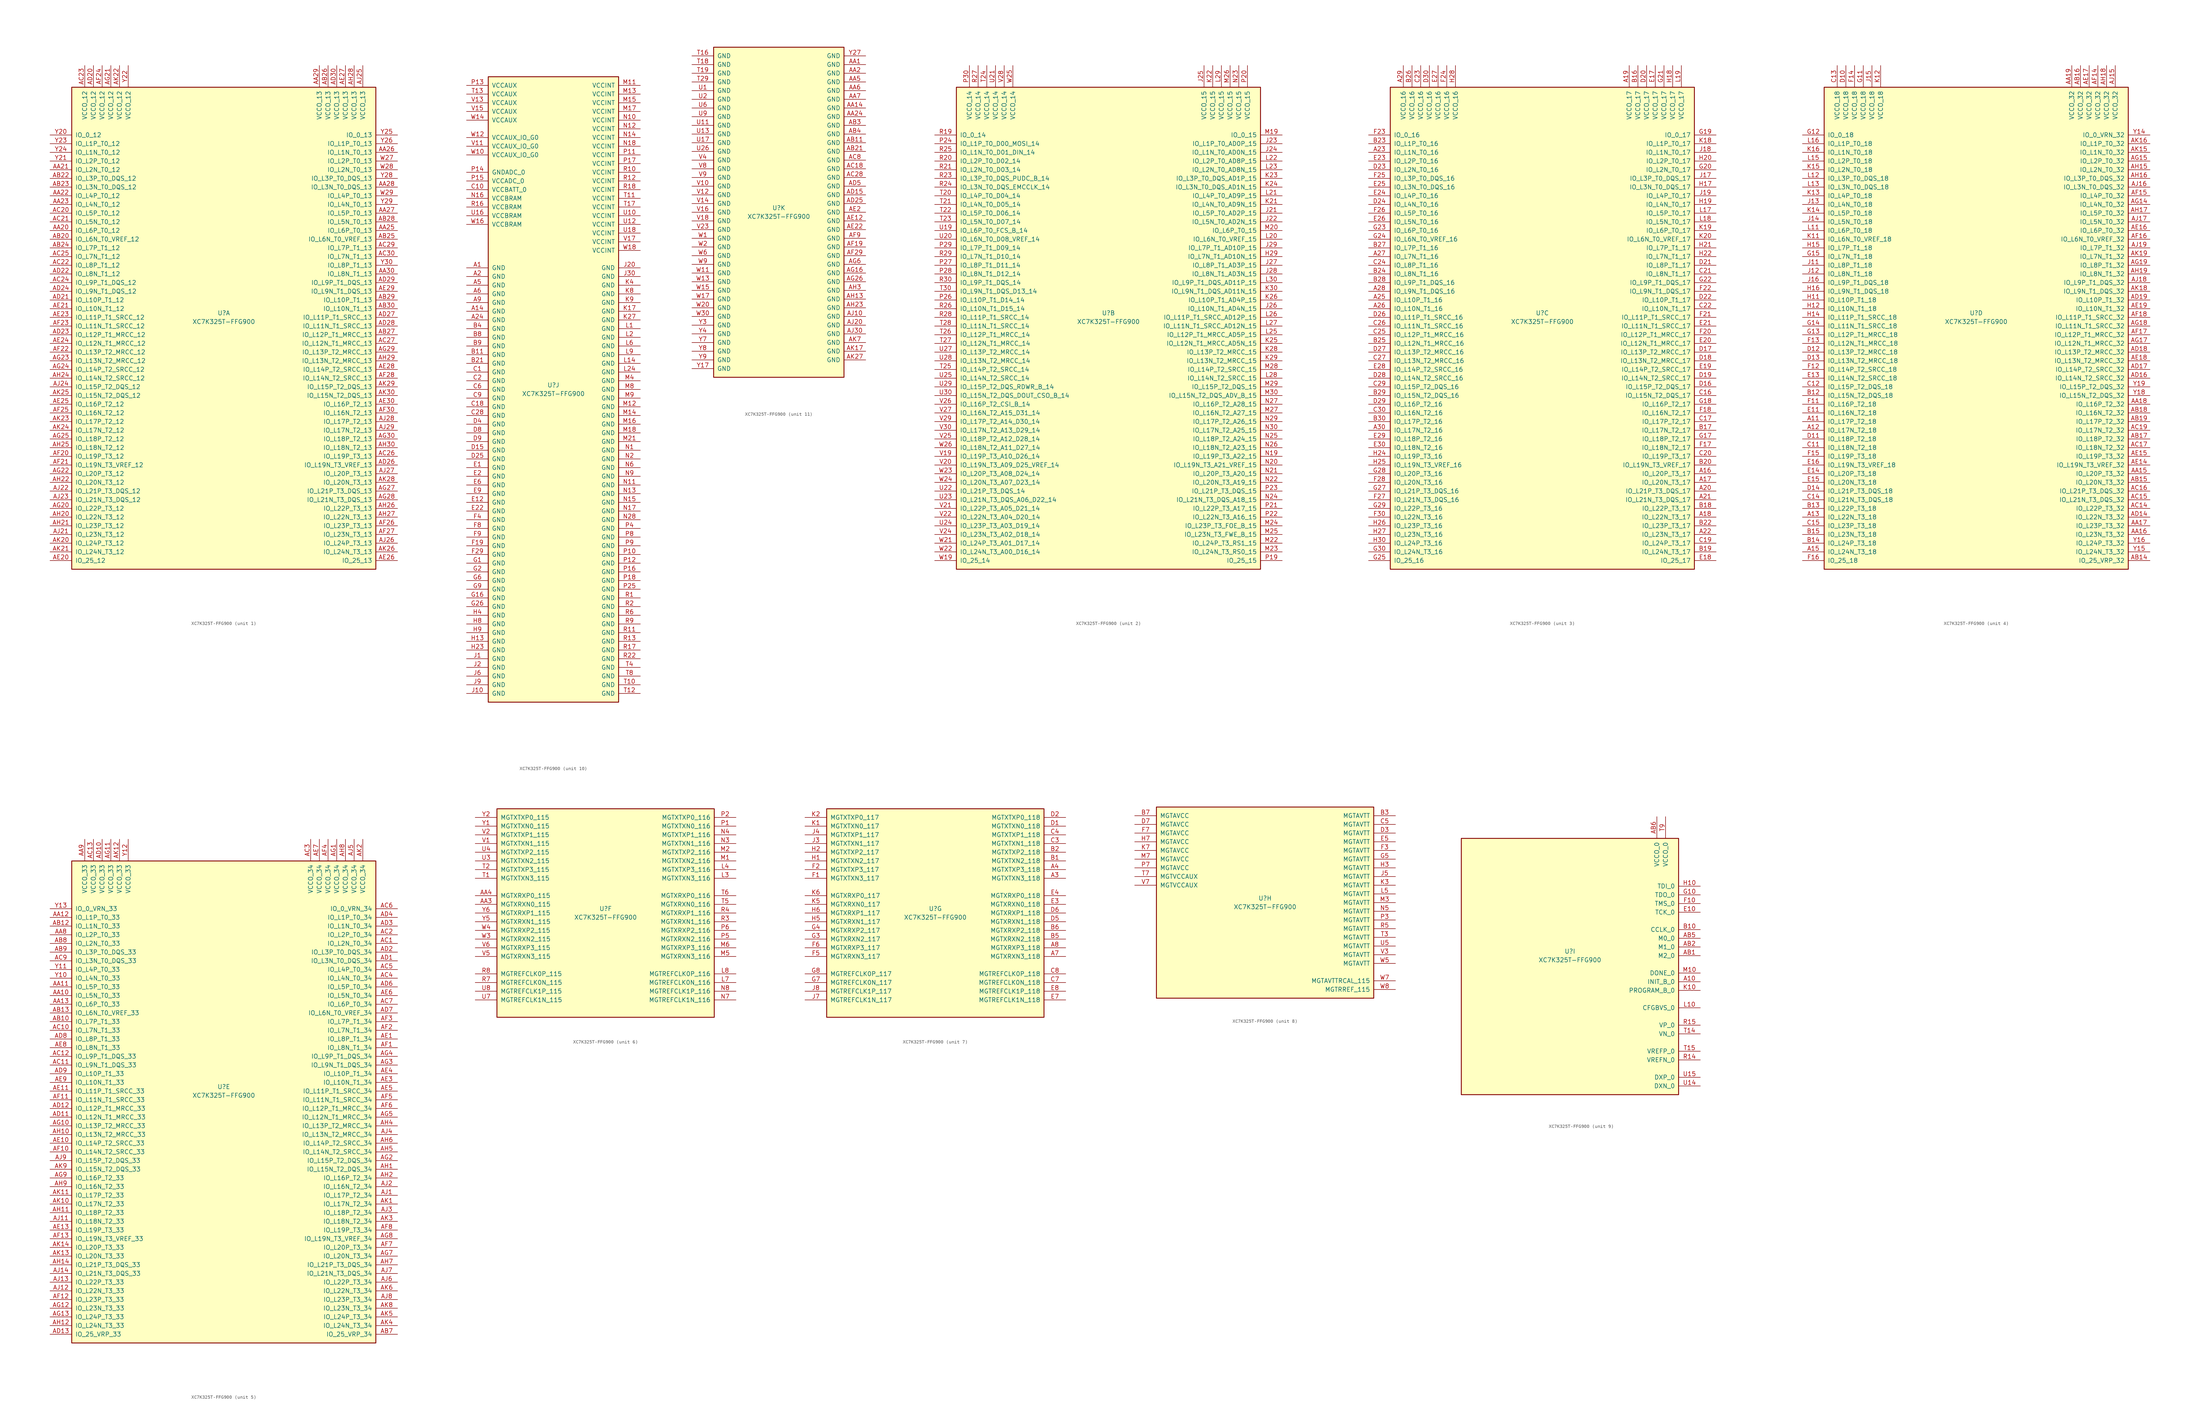
<source format=kicad_sym>
(kicad_symbol_lib
  (version 20211014)
  (generator kicad_symbol_editor)
  (symbol "XC7K325T-FFG900"
    (pin_names
      (offset 1.016))
    (property "Reference" "U"
      (at 0 1.27 0)
      (effects (font (size 1.27 1.27))))
    (property "Value" "XC7K325T-FFG900"
      (at 0 -1.27 0)
      (effects (font (size 1.27 1.27))))
    (property "Datasheet" ""
      (at 0 0 0)
      (effects (font (size 1.27 1.27))))
    (property "ki_locked" ""
      (at 0 0 0)
      (effects (font (size 1.27 1.27))))
    (symbol "XC7K325T-FFG900_1_1"
      (rectangle (start -44.45 67.31) (end 44.45 -73.66) (stroke (width 0.254) (type default) (color 0 0 0 0)) (fill (type background)))
      (pin bidirectional line (at -50.8 25.4 0) (length 6.35) (name "IO_L6P_T0_12" (effects (font (size 1.27 1.27)))) (number "AA20" (effects (font (size 1.27 1.27)))))
      (pin bidirectional line (at -50.8 43.18 0) (length 6.35) (name "IO_L2N_T0_12" (effects (font (size 1.27 1.27)))) (number "AA21" (effects (font (size 1.27 1.27)))))
      (pin bidirectional line (at -50.8 35.56 0) (length 6.35) (name "IO_L4P_T0_12" (effects (font (size 1.27 1.27)))) (number "AA22" (effects (font (size 1.27 1.27)))))
      (pin bidirectional line (at -50.8 33.02 0) (length 6.35) (name "IO_L4N_T0_12" (effects (font (size 1.27 1.27)))) (number "AA23" (effects (font (size 1.27 1.27)))))
      (pin bidirectional line (at 50.8 25.4 180) (length 6.35) (name "IO_L6P_T0_13" (effects (font (size 1.27 1.27)))) (number "AA25" (effects (font (size 1.27 1.27)))))
      (pin bidirectional line (at 50.8 48.26 180) (length 6.35) (name "IO_L1N_T0_13" (effects (font (size 1.27 1.27)))) (number "AA26" (effects (font (size 1.27 1.27)))))
      (pin bidirectional line (at 50.8 30.48 180) (length 6.35) (name "IO_L5P_T0_13" (effects (font (size 1.27 1.27)))) (number "AA27" (effects (font (size 1.27 1.27)))))
      (pin bidirectional line (at 50.8 38.1 180) (length 6.35) (name "IO_L3N_T0_DQS_13" (effects (font (size 1.27 1.27)))) (number "AA28" (effects (font (size 1.27 1.27)))))
      (pin power_in line (at 27.94 73.66 270) (length 6.35) (name "VCCO_13" (effects (font (size 1.27 1.27)))) (number "AA29" (effects (font (size 1.27 1.27)))))
      (pin bidirectional line (at 50.8 12.7 180) (length 6.35) (name "IO_L8N_T1_13" (effects (font (size 1.27 1.27)))) (number "AA30" (effects (font (size 1.27 1.27)))))
      (pin bidirectional line (at -50.8 22.86 0) (length 6.35) (name "IO_L6N_T0_VREF_12" (effects (font (size 1.27 1.27)))) (number "AB20" (effects (font (size 1.27 1.27)))))
      (pin bidirectional line (at -50.8 40.64 0) (length 6.35) (name "IO_L3P_T0_DQS_12" (effects (font (size 1.27 1.27)))) (number "AB22" (effects (font (size 1.27 1.27)))))
      (pin bidirectional line (at -50.8 38.1 0) (length 6.35) (name "IO_L3N_T0_DQS_12" (effects (font (size 1.27 1.27)))) (number "AB23" (effects (font (size 1.27 1.27)))))
      (pin bidirectional line (at -50.8 20.32 0) (length 6.35) (name "IO_L7P_T1_12" (effects (font (size 1.27 1.27)))) (number "AB24" (effects (font (size 1.27 1.27)))))
      (pin bidirectional line (at 50.8 22.86 180) (length 6.35) (name "IO_L6N_T0_VREF_13" (effects (font (size 1.27 1.27)))) (number "AB25" (effects (font (size 1.27 1.27)))))
      (pin power_in line (at 30.48 73.66 270) (length 6.35) (name "VCCO_13" (effects (font (size 1.27 1.27)))) (number "AB26" (effects (font (size 1.27 1.27)))))
      (pin bidirectional line (at 50.8 -5.08 180) (length 6.35) (name "IO_L12P_T1_MRCC_13" (effects (font (size 1.27 1.27)))) (number "AB27" (effects (font (size 1.27 1.27)))))
      (pin bidirectional line (at 50.8 27.94 180) (length 6.35) (name "IO_L5N_T0_13" (effects (font (size 1.27 1.27)))) (number "AB28" (effects (font (size 1.27 1.27)))))
      (pin bidirectional line (at 50.8 5.08 180) (length 6.35) (name "IO_L10P_T1_13" (effects (font (size 1.27 1.27)))) (number "AB29" (effects (font (size 1.27 1.27)))))
      (pin bidirectional line (at 50.8 2.54 180) (length 6.35) (name "IO_L10N_T1_13" (effects (font (size 1.27 1.27)))) (number "AB30" (effects (font (size 1.27 1.27)))))
      (pin bidirectional line (at -50.8 30.48 0) (length 6.35) (name "IO_L5P_T0_12" (effects (font (size 1.27 1.27)))) (number "AC20" (effects (font (size 1.27 1.27)))))
      (pin bidirectional line (at -50.8 27.94 0) (length 6.35) (name "IO_L5N_T0_12" (effects (font (size 1.27 1.27)))) (number "AC21" (effects (font (size 1.27 1.27)))))
      (pin bidirectional line (at -50.8 15.24 0) (length 6.35) (name "IO_L8P_T1_12" (effects (font (size 1.27 1.27)))) (number "AC22" (effects (font (size 1.27 1.27)))))
      (pin power_in line (at -40.64 73.66 270) (length 6.35) (name "VCCO_12" (effects (font (size 1.27 1.27)))) (number "AC23" (effects (font (size 1.27 1.27)))))
      (pin bidirectional line (at -50.8 10.16 0) (length 6.35) (name "IO_L9P_T1_DQS_12" (effects (font (size 1.27 1.27)))) (number "AC24" (effects (font (size 1.27 1.27)))))
      (pin bidirectional line (at -50.8 17.78 0) (length 6.35) (name "IO_L7N_T1_12" (effects (font (size 1.27 1.27)))) (number "AC25" (effects (font (size 1.27 1.27)))))
      (pin bidirectional line (at 50.8 -40.64 180) (length 6.35) (name "IO_L19P_T3_13" (effects (font (size 1.27 1.27)))) (number "AC26" (effects (font (size 1.27 1.27)))))
      (pin bidirectional line (at 50.8 -7.62 180) (length 6.35) (name "IO_L12N_T1_MRCC_13" (effects (font (size 1.27 1.27)))) (number "AC27" (effects (font (size 1.27 1.27)))))
      (pin bidirectional line (at 50.8 20.32 180) (length 6.35) (name "IO_L7P_T1_13" (effects (font (size 1.27 1.27)))) (number "AC29" (effects (font (size 1.27 1.27)))))
      (pin bidirectional line (at 50.8 17.78 180) (length 6.35) (name "IO_L7N_T1_13" (effects (font (size 1.27 1.27)))) (number "AC30" (effects (font (size 1.27 1.27)))))
      (pin power_in line (at -38.1 73.66 270) (length 6.35) (name "VCCO_12" (effects (font (size 1.27 1.27)))) (number "AD20" (effects (font (size 1.27 1.27)))))
      (pin bidirectional line (at -50.8 5.08 0) (length 6.35) (name "IO_L10P_T1_12" (effects (font (size 1.27 1.27)))) (number "AD21" (effects (font (size 1.27 1.27)))))
      (pin bidirectional line (at -50.8 12.7 0) (length 6.35) (name "IO_L8N_T1_12" (effects (font (size 1.27 1.27)))) (number "AD22" (effects (font (size 1.27 1.27)))))
      (pin bidirectional line (at -50.8 -5.08 0) (length 6.35) (name "IO_L12P_T1_MRCC_12" (effects (font (size 1.27 1.27)))) (number "AD23" (effects (font (size 1.27 1.27)))))
      (pin bidirectional line (at -50.8 7.62 0) (length 6.35) (name "IO_L9N_T1_DQS_12" (effects (font (size 1.27 1.27)))) (number "AD24" (effects (font (size 1.27 1.27)))))
      (pin bidirectional line (at 50.8 -43.18 180) (length 6.35) (name "IO_L19N_T3_VREF_13" (effects (font (size 1.27 1.27)))) (number "AD26" (effects (font (size 1.27 1.27)))))
      (pin bidirectional line (at 50.8 0 180) (length 6.35) (name "IO_L11P_T1_SRCC_13" (effects (font (size 1.27 1.27)))) (number "AD27" (effects (font (size 1.27 1.27)))))
      (pin bidirectional line (at 50.8 -2.54 180) (length 6.35) (name "IO_L11N_T1_SRCC_13" (effects (font (size 1.27 1.27)))) (number "AD28" (effects (font (size 1.27 1.27)))))
      (pin bidirectional line (at 50.8 10.16 180) (length 6.35) (name "IO_L9P_T1_DQS_13" (effects (font (size 1.27 1.27)))) (number "AD29" (effects (font (size 1.27 1.27)))))
      (pin power_in line (at 33.02 73.66 270) (length 6.35) (name "VCCO_13" (effects (font (size 1.27 1.27)))) (number "AD30" (effects (font (size 1.27 1.27)))))
      (pin bidirectional line (at -50.8 -71.12 0) (length 6.35) (name "IO_25_12" (effects (font (size 1.27 1.27)))) (number "AE20" (effects (font (size 1.27 1.27)))))
      (pin bidirectional line (at -50.8 2.54 0) (length 6.35) (name "IO_L10N_T1_12" (effects (font (size 1.27 1.27)))) (number "AE21" (effects (font (size 1.27 1.27)))))
      (pin bidirectional line (at -50.8 0 0) (length 6.35) (name "IO_L11P_T1_SRCC_12" (effects (font (size 1.27 1.27)))) (number "AE23" (effects (font (size 1.27 1.27)))))
      (pin bidirectional line (at -50.8 -7.62 0) (length 6.35) (name "IO_L12N_T1_MRCC_12" (effects (font (size 1.27 1.27)))) (number "AE24" (effects (font (size 1.27 1.27)))))
      (pin bidirectional line (at -50.8 -25.4 0) (length 6.35) (name "IO_L16P_T2_12" (effects (font (size 1.27 1.27)))) (number "AE25" (effects (font (size 1.27 1.27)))))
      (pin bidirectional line (at 50.8 -71.12 180) (length 6.35) (name "IO_25_13" (effects (font (size 1.27 1.27)))) (number "AE26" (effects (font (size 1.27 1.27)))))
      (pin power_in line (at 35.56 73.66 270) (length 6.35) (name "VCCO_13" (effects (font (size 1.27 1.27)))) (number "AE27" (effects (font (size 1.27 1.27)))))
      (pin bidirectional line (at 50.8 -15.24 180) (length 6.35) (name "IO_L14P_T2_SRCC_13" (effects (font (size 1.27 1.27)))) (number "AE28" (effects (font (size 1.27 1.27)))))
      (pin bidirectional line (at 50.8 7.62 180) (length 6.35) (name "IO_L9N_T1_DQS_13" (effects (font (size 1.27 1.27)))) (number "AE29" (effects (font (size 1.27 1.27)))))
      (pin bidirectional line (at 50.8 -25.4 180) (length 6.35) (name "IO_L16P_T2_13" (effects (font (size 1.27 1.27)))) (number "AE30" (effects (font (size 1.27 1.27)))))
      (pin bidirectional line (at -50.8 -40.64 0) (length 6.35) (name "IO_L19P_T3_12" (effects (font (size 1.27 1.27)))) (number "AF20" (effects (font (size 1.27 1.27)))))
      (pin bidirectional line (at -50.8 -43.18 0) (length 6.35) (name "IO_L19N_T3_VREF_12" (effects (font (size 1.27 1.27)))) (number "AF21" (effects (font (size 1.27 1.27)))))
      (pin bidirectional line (at -50.8 -10.16 0) (length 6.35) (name "IO_L13P_T2_MRCC_12" (effects (font (size 1.27 1.27)))) (number "AF22" (effects (font (size 1.27 1.27)))))
      (pin bidirectional line (at -50.8 -2.54 0) (length 6.35) (name "IO_L11N_T1_SRCC_12" (effects (font (size 1.27 1.27)))) (number "AF23" (effects (font (size 1.27 1.27)))))
      (pin power_in line (at -35.56 73.66 270) (length 6.35) (name "VCCO_12" (effects (font (size 1.27 1.27)))) (number "AF24" (effects (font (size 1.27 1.27)))))
      (pin bidirectional line (at -50.8 -27.94 0) (length 6.35) (name "IO_L16N_T2_12" (effects (font (size 1.27 1.27)))) (number "AF25" (effects (font (size 1.27 1.27)))))
      (pin bidirectional line (at 50.8 -60.96 180) (length 6.35) (name "IO_L23P_T3_13" (effects (font (size 1.27 1.27)))) (number "AF26" (effects (font (size 1.27 1.27)))))
      (pin bidirectional line (at 50.8 -63.5 180) (length 6.35) (name "IO_L23N_T3_13" (effects (font (size 1.27 1.27)))) (number "AF27" (effects (font (size 1.27 1.27)))))
      (pin bidirectional line (at 50.8 -17.78 180) (length 6.35) (name "IO_L14N_T2_SRCC_13" (effects (font (size 1.27 1.27)))) (number "AF28" (effects (font (size 1.27 1.27)))))
      (pin bidirectional line (at 50.8 -27.94 180) (length 6.35) (name "IO_L16N_T2_13" (effects (font (size 1.27 1.27)))) (number "AF30" (effects (font (size 1.27 1.27)))))
      (pin bidirectional line (at -50.8 -55.88 0) (length 6.35) (name "IO_L22P_T3_12" (effects (font (size 1.27 1.27)))) (number "AG20" (effects (font (size 1.27 1.27)))))
      (pin power_in line (at -33.02 73.66 270) (length 6.35) (name "VCCO_12" (effects (font (size 1.27 1.27)))) (number "AG21" (effects (font (size 1.27 1.27)))))
      (pin bidirectional line (at -50.8 -45.72 0) (length 6.35) (name "IO_L20P_T3_12" (effects (font (size 1.27 1.27)))) (number "AG22" (effects (font (size 1.27 1.27)))))
      (pin bidirectional line (at -50.8 -12.7 0) (length 6.35) (name "IO_L13N_T2_MRCC_12" (effects (font (size 1.27 1.27)))) (number "AG23" (effects (font (size 1.27 1.27)))))
      (pin bidirectional line (at -50.8 -15.24 0) (length 6.35) (name "IO_L14P_T2_SRCC_12" (effects (font (size 1.27 1.27)))) (number "AG24" (effects (font (size 1.27 1.27)))))
      (pin bidirectional line (at -50.8 -35.56 0) (length 6.35) (name "IO_L18P_T2_12" (effects (font (size 1.27 1.27)))) (number "AG25" (effects (font (size 1.27 1.27)))))
      (pin bidirectional line (at 50.8 -50.8 180) (length 6.35) (name "IO_L21P_T3_DQS_13" (effects (font (size 1.27 1.27)))) (number "AG27" (effects (font (size 1.27 1.27)))))
      (pin bidirectional line (at 50.8 -53.34 180) (length 6.35) (name "IO_L21N_T3_DQS_13" (effects (font (size 1.27 1.27)))) (number "AG28" (effects (font (size 1.27 1.27)))))
      (pin bidirectional line (at 50.8 -10.16 180) (length 6.35) (name "IO_L13P_T2_MRCC_13" (effects (font (size 1.27 1.27)))) (number "AG29" (effects (font (size 1.27 1.27)))))
      (pin bidirectional line (at 50.8 -35.56 180) (length 6.35) (name "IO_L18P_T2_13" (effects (font (size 1.27 1.27)))) (number "AG30" (effects (font (size 1.27 1.27)))))
      (pin bidirectional line (at -50.8 -58.42 0) (length 6.35) (name "IO_L22N_T3_12" (effects (font (size 1.27 1.27)))) (number "AH20" (effects (font (size 1.27 1.27)))))
      (pin bidirectional line (at -50.8 -60.96 0) (length 6.35) (name "IO_L23P_T3_12" (effects (font (size 1.27 1.27)))) (number "AH21" (effects (font (size 1.27 1.27)))))
      (pin bidirectional line (at -50.8 -48.26 0) (length 6.35) (name "IO_L20N_T3_12" (effects (font (size 1.27 1.27)))) (number "AH22" (effects (font (size 1.27 1.27)))))
      (pin bidirectional line (at -50.8 -17.78 0) (length 6.35) (name "IO_L14N_T2_SRCC_12" (effects (font (size 1.27 1.27)))) (number "AH24" (effects (font (size 1.27 1.27)))))
      (pin bidirectional line (at -50.8 -38.1 0) (length 6.35) (name "IO_L18N_T2_12" (effects (font (size 1.27 1.27)))) (number "AH25" (effects (font (size 1.27 1.27)))))
      (pin bidirectional line (at 50.8 -55.88 180) (length 6.35) (name "IO_L22P_T3_13" (effects (font (size 1.27 1.27)))) (number "AH26" (effects (font (size 1.27 1.27)))))
      (pin bidirectional line (at 50.8 -58.42 180) (length 6.35) (name "IO_L22N_T3_13" (effects (font (size 1.27 1.27)))) (number "AH27" (effects (font (size 1.27 1.27)))))
      (pin power_in line (at 38.1 73.66 270) (length 6.35) (name "VCCO_13" (effects (font (size 1.27 1.27)))) (number "AH28" (effects (font (size 1.27 1.27)))))
      (pin bidirectional line (at 50.8 -12.7 180) (length 6.35) (name "IO_L13N_T2_MRCC_13" (effects (font (size 1.27 1.27)))) (number "AH29" (effects (font (size 1.27 1.27)))))
      (pin bidirectional line (at 50.8 -38.1 180) (length 6.35) (name "IO_L18N_T2_13" (effects (font (size 1.27 1.27)))) (number "AH30" (effects (font (size 1.27 1.27)))))
      (pin bidirectional line (at -50.8 -63.5 0) (length 6.35) (name "IO_L23N_T3_12" (effects (font (size 1.27 1.27)))) (number "AJ21" (effects (font (size 1.27 1.27)))))
      (pin bidirectional line (at -50.8 -50.8 0) (length 6.35) (name "IO_L21P_T3_DQS_12" (effects (font (size 1.27 1.27)))) (number "AJ22" (effects (font (size 1.27 1.27)))))
      (pin bidirectional line (at -50.8 -53.34 0) (length 6.35) (name "IO_L21N_T3_DQS_12" (effects (font (size 1.27 1.27)))) (number "AJ23" (effects (font (size 1.27 1.27)))))
      (pin bidirectional line (at -50.8 -20.32 0) (length 6.35) (name "IO_L15P_T2_DQS_12" (effects (font (size 1.27 1.27)))) (number "AJ24" (effects (font (size 1.27 1.27)))))
      (pin power_in line (at 40.64 73.66 270) (length 6.35) (name "VCCO_13" (effects (font (size 1.27 1.27)))) (number "AJ25" (effects (font (size 1.27 1.27)))))
      (pin bidirectional line (at 50.8 -66.04 180) (length 6.35) (name "IO_L24P_T3_13" (effects (font (size 1.27 1.27)))) (number "AJ26" (effects (font (size 1.27 1.27)))))
      (pin bidirectional line (at 50.8 -45.72 180) (length 6.35) (name "IO_L20P_T3_13" (effects (font (size 1.27 1.27)))) (number "AJ27" (effects (font (size 1.27 1.27)))))
      (pin bidirectional line (at 50.8 -30.48 180) (length 6.35) (name "IO_L17P_T2_13" (effects (font (size 1.27 1.27)))) (number "AJ28" (effects (font (size 1.27 1.27)))))
      (pin bidirectional line (at 50.8 -33.02 180) (length 6.35) (name "IO_L17N_T2_13" (effects (font (size 1.27 1.27)))) (number "AJ29" (effects (font (size 1.27 1.27)))))
      (pin bidirectional line (at -50.8 -66.04 0) (length 6.35) (name "IO_L24P_T3_12" (effects (font (size 1.27 1.27)))) (number "AK20" (effects (font (size 1.27 1.27)))))
      (pin bidirectional line (at -50.8 -68.58 0) (length 6.35) (name "IO_L24N_T3_12" (effects (font (size 1.27 1.27)))) (number "AK21" (effects (font (size 1.27 1.27)))))
      (pin power_in line (at -30.48 73.66 270) (length 6.35) (name "VCCO_12" (effects (font (size 1.27 1.27)))) (number "AK22" (effects (font (size 1.27 1.27)))))
      (pin bidirectional line (at -50.8 -30.48 0) (length 6.35) (name "IO_L17P_T2_12" (effects (font (size 1.27 1.27)))) (number "AK23" (effects (font (size 1.27 1.27)))))
      (pin bidirectional line (at -50.8 -33.02 0) (length 6.35) (name "IO_L17N_T2_12" (effects (font (size 1.27 1.27)))) (number "AK24" (effects (font (size 1.27 1.27)))))
      (pin bidirectional line (at -50.8 -22.86 0) (length 6.35) (name "IO_L15N_T2_DQS_12" (effects (font (size 1.27 1.27)))) (number "AK25" (effects (font (size 1.27 1.27)))))
      (pin bidirectional line (at 50.8 -68.58 180) (length 6.35) (name "IO_L24N_T3_13" (effects (font (size 1.27 1.27)))) (number "AK26" (effects (font (size 1.27 1.27)))))
      (pin bidirectional line (at 50.8 -48.26 180) (length 6.35) (name "IO_L20N_T3_13" (effects (font (size 1.27 1.27)))) (number "AK28" (effects (font (size 1.27 1.27)))))
      (pin bidirectional line (at 50.8 -20.32 180) (length 6.35) (name "IO_L15P_T2_DQS_13" (effects (font (size 1.27 1.27)))) (number "AK29" (effects (font (size 1.27 1.27)))))
      (pin bidirectional line (at 50.8 -22.86 180) (length 6.35) (name "IO_L15N_T2_DQS_13" (effects (font (size 1.27 1.27)))) (number "AK30" (effects (font (size 1.27 1.27)))))
      (pin bidirectional line (at 50.8 45.72 180) (length 6.35) (name "IO_L2P_T0_13" (effects (font (size 1.27 1.27)))) (number "W27" (effects (font (size 1.27 1.27)))))
      (pin bidirectional line (at 50.8 43.18 180) (length 6.35) (name "IO_L2N_T0_13" (effects (font (size 1.27 1.27)))) (number "W28" (effects (font (size 1.27 1.27)))))
      (pin bidirectional line (at 50.8 35.56 180) (length 6.35) (name "IO_L4P_T0_13" (effects (font (size 1.27 1.27)))) (number "W29" (effects (font (size 1.27 1.27)))))
      (pin bidirectional line (at -50.8 53.34 0) (length 6.35) (name "IO_0_12" (effects (font (size 1.27 1.27)))) (number "Y20" (effects (font (size 1.27 1.27)))))
      (pin bidirectional line (at -50.8 45.72 0) (length 6.35) (name "IO_L2P_T0_12" (effects (font (size 1.27 1.27)))) (number "Y21" (effects (font (size 1.27 1.27)))))
      (pin power_in line (at -27.94 73.66 270) (length 6.35) (name "VCCO_12" (effects (font (size 1.27 1.27)))) (number "Y22" (effects (font (size 1.27 1.27)))))
      (pin bidirectional line (at -50.8 50.8 0) (length 6.35) (name "IO_L1P_T0_12" (effects (font (size 1.27 1.27)))) (number "Y23" (effects (font (size 1.27 1.27)))))
      (pin bidirectional line (at -50.8 48.26 0) (length 6.35) (name "IO_L1N_T0_12" (effects (font (size 1.27 1.27)))) (number "Y24" (effects (font (size 1.27 1.27)))))
      (pin bidirectional line (at 50.8 53.34 180) (length 6.35) (name "IO_0_13" (effects (font (size 1.27 1.27)))) (number "Y25" (effects (font (size 1.27 1.27)))))
      (pin bidirectional line (at 50.8 50.8 180) (length 6.35) (name "IO_L1P_T0_13" (effects (font (size 1.27 1.27)))) (number "Y26" (effects (font (size 1.27 1.27)))))
      (pin bidirectional line (at 50.8 40.64 180) (length 6.35) (name "IO_L3P_T0_DQS_13" (effects (font (size 1.27 1.27)))) (number "Y28" (effects (font (size 1.27 1.27)))))
      (pin bidirectional line (at 50.8 33.02 180) (length 6.35) (name "IO_L4N_T0_13" (effects (font (size 1.27 1.27)))) (number "Y29" (effects (font (size 1.27 1.27)))))
      (pin bidirectional line (at 50.8 15.24 180) (length 6.35) (name "IO_L8P_T1_13" (effects (font (size 1.27 1.27)))) (number "Y30" (effects (font (size 1.27 1.27))))))
    (symbol "XC7K325T-FFG900_2_1"
      (rectangle (start -44.45 67.31) (end 44.45 -73.66) (stroke (width 0.254) (type default) (color 0 0 0 0)) (fill (type background)))
      (pin bidirectional line (at 50.8 17.78 180) (length 6.35) (name "IO_L7N_T1_AD10N_15" (effects (font (size 1.27 1.27)))) (number "H29" (effects (font (size 1.27 1.27)))))
      (pin bidirectional line (at 50.8 30.48 180) (length 6.35) (name "IO_L5P_T0_AD2P_15" (effects (font (size 1.27 1.27)))) (number "J21" (effects (font (size 1.27 1.27)))))
      (pin bidirectional line (at 50.8 27.94 180) (length 6.35) (name "IO_L5N_T0_AD2N_15" (effects (font (size 1.27 1.27)))) (number "J22" (effects (font (size 1.27 1.27)))))
      (pin bidirectional line (at 50.8 50.8 180) (length 6.35) (name "IO_L1P_T0_AD0P_15" (effects (font (size 1.27 1.27)))) (number "J23" (effects (font (size 1.27 1.27)))))
      (pin bidirectional line (at 50.8 48.26 180) (length 6.35) (name "IO_L1N_T0_AD0N_15" (effects (font (size 1.27 1.27)))) (number "J24" (effects (font (size 1.27 1.27)))))
      (pin power_in line (at 27.94 73.66 270) (length 6.35) (name "VCCO_15" (effects (font (size 1.27 1.27)))) (number "J25" (effects (font (size 1.27 1.27)))))
      (pin bidirectional line (at 50.8 2.54 180) (length 6.35) (name "IO_L10N_T1_AD4N_15" (effects (font (size 1.27 1.27)))) (number "J26" (effects (font (size 1.27 1.27)))))
      (pin bidirectional line (at 50.8 15.24 180) (length 6.35) (name "IO_L8P_T1_AD3P_15" (effects (font (size 1.27 1.27)))) (number "J27" (effects (font (size 1.27 1.27)))))
      (pin bidirectional line (at 50.8 12.7 180) (length 6.35) (name "IO_L8N_T1_AD3N_15" (effects (font (size 1.27 1.27)))) (number "J28" (effects (font (size 1.27 1.27)))))
      (pin bidirectional line (at 50.8 20.32 180) (length 6.35) (name "IO_L7P_T1_AD10P_15" (effects (font (size 1.27 1.27)))) (number "J29" (effects (font (size 1.27 1.27)))))
      (pin bidirectional line (at 50.8 33.02 180) (length 6.35) (name "IO_L4N_T0_AD9N_15" (effects (font (size 1.27 1.27)))) (number "K21" (effects (font (size 1.27 1.27)))))
      (pin power_in line (at 30.48 73.66 270) (length 6.35) (name "VCCO_15" (effects (font (size 1.27 1.27)))) (number "K22" (effects (font (size 1.27 1.27)))))
      (pin bidirectional line (at 50.8 40.64 180) (length 6.35) (name "IO_L3P_T0_DQS_AD1P_15" (effects (font (size 1.27 1.27)))) (number "K23" (effects (font (size 1.27 1.27)))))
      (pin bidirectional line (at 50.8 38.1 180) (length 6.35) (name "IO_L3N_T0_DQS_AD1N_15" (effects (font (size 1.27 1.27)))) (number "K24" (effects (font (size 1.27 1.27)))))
      (pin bidirectional line (at 50.8 -7.62 180) (length 6.35) (name "IO_L12N_T1_MRCC_AD5N_15" (effects (font (size 1.27 1.27)))) (number "K25" (effects (font (size 1.27 1.27)))))
      (pin bidirectional line (at 50.8 5.08 180) (length 6.35) (name "IO_L10P_T1_AD4P_15" (effects (font (size 1.27 1.27)))) (number "K26" (effects (font (size 1.27 1.27)))))
      (pin bidirectional line (at 50.8 -10.16 180) (length 6.35) (name "IO_L13P_T2_MRCC_15" (effects (font (size 1.27 1.27)))) (number "K28" (effects (font (size 1.27 1.27)))))
      (pin bidirectional line (at 50.8 -12.7 180) (length 6.35) (name "IO_L13N_T2_MRCC_15" (effects (font (size 1.27 1.27)))) (number "K29" (effects (font (size 1.27 1.27)))))
      (pin bidirectional line (at 50.8 7.62 180) (length 6.35) (name "IO_L9N_T1_DQS_AD11N_15" (effects (font (size 1.27 1.27)))) (number "K30" (effects (font (size 1.27 1.27)))))
      (pin bidirectional line (at 50.8 22.86 180) (length 6.35) (name "IO_L6N_T0_VREF_15" (effects (font (size 1.27 1.27)))) (number "L20" (effects (font (size 1.27 1.27)))))
      (pin bidirectional line (at 50.8 35.56 180) (length 6.35) (name "IO_L4P_T0_AD9P_15" (effects (font (size 1.27 1.27)))) (number "L21" (effects (font (size 1.27 1.27)))))
      (pin bidirectional line (at 50.8 45.72 180) (length 6.35) (name "IO_L2P_T0_AD8P_15" (effects (font (size 1.27 1.27)))) (number "L22" (effects (font (size 1.27 1.27)))))
      (pin bidirectional line (at 50.8 43.18 180) (length 6.35) (name "IO_L2N_T0_AD8N_15" (effects (font (size 1.27 1.27)))) (number "L23" (effects (font (size 1.27 1.27)))))
      (pin bidirectional line (at 50.8 -5.08 180) (length 6.35) (name "IO_L12P_T1_MRCC_AD5P_15" (effects (font (size 1.27 1.27)))) (number "L25" (effects (font (size 1.27 1.27)))))
      (pin bidirectional line (at 50.8 0 180) (length 6.35) (name "IO_L11P_T1_SRCC_AD12P_15" (effects (font (size 1.27 1.27)))) (number "L26" (effects (font (size 1.27 1.27)))))
      (pin bidirectional line (at 50.8 -2.54 180) (length 6.35) (name "IO_L11N_T1_SRCC_AD12N_15" (effects (font (size 1.27 1.27)))) (number "L27" (effects (font (size 1.27 1.27)))))
      (pin bidirectional line (at 50.8 -17.78 180) (length 6.35) (name "IO_L14N_T2_SRCC_15" (effects (font (size 1.27 1.27)))) (number "L28" (effects (font (size 1.27 1.27)))))
      (pin power_in line (at 33.02 73.66 270) (length 6.35) (name "VCCO_15" (effects (font (size 1.27 1.27)))) (number "L29" (effects (font (size 1.27 1.27)))))
      (pin bidirectional line (at 50.8 10.16 180) (length 6.35) (name "IO_L9P_T1_DQS_AD11P_15" (effects (font (size 1.27 1.27)))) (number "L30" (effects (font (size 1.27 1.27)))))
      (pin bidirectional line (at 50.8 53.34 180) (length 6.35) (name "IO_0_15" (effects (font (size 1.27 1.27)))) (number "M19" (effects (font (size 1.27 1.27)))))
      (pin bidirectional line (at 50.8 25.4 180) (length 6.35) (name "IO_L6P_T0_15" (effects (font (size 1.27 1.27)))) (number "M20" (effects (font (size 1.27 1.27)))))
      (pin bidirectional line (at 50.8 -66.04 180) (length 6.35) (name "IO_L24P_T3_RS1_15" (effects (font (size 1.27 1.27)))) (number "M22" (effects (font (size 1.27 1.27)))))
      (pin bidirectional line (at 50.8 -68.58 180) (length 6.35) (name "IO_L24N_T3_RS0_15" (effects (font (size 1.27 1.27)))) (number "M23" (effects (font (size 1.27 1.27)))))
      (pin bidirectional line (at 50.8 -60.96 180) (length 6.35) (name "IO_L23P_T3_FOE_B_15" (effects (font (size 1.27 1.27)))) (number "M24" (effects (font (size 1.27 1.27)))))
      (pin bidirectional line (at 50.8 -63.5 180) (length 6.35) (name "IO_L23N_T3_FWE_B_15" (effects (font (size 1.27 1.27)))) (number "M25" (effects (font (size 1.27 1.27)))))
      (pin power_in line (at 35.56 73.66 270) (length 6.35) (name "VCCO_15" (effects (font (size 1.27 1.27)))) (number "M26" (effects (font (size 1.27 1.27)))))
      (pin bidirectional line (at 50.8 -27.94 180) (length 6.35) (name "IO_L16N_T2_A27_15" (effects (font (size 1.27 1.27)))) (number "M27" (effects (font (size 1.27 1.27)))))
      (pin bidirectional line (at 50.8 -15.24 180) (length 6.35) (name "IO_L14P_T2_SRCC_15" (effects (font (size 1.27 1.27)))) (number "M28" (effects (font (size 1.27 1.27)))))
      (pin bidirectional line (at 50.8 -20.32 180) (length 6.35) (name "IO_L15P_T2_DQS_15" (effects (font (size 1.27 1.27)))) (number "M29" (effects (font (size 1.27 1.27)))))
      (pin bidirectional line (at 50.8 -22.86 180) (length 6.35) (name "IO_L15N_T2_DQS_ADV_B_15" (effects (font (size 1.27 1.27)))) (number "M30" (effects (font (size 1.27 1.27)))))
      (pin bidirectional line (at 50.8 -40.64 180) (length 6.35) (name "IO_L19P_T3_A22_15" (effects (font (size 1.27 1.27)))) (number "N19" (effects (font (size 1.27 1.27)))))
      (pin bidirectional line (at 50.8 -43.18 180) (length 6.35) (name "IO_L19N_T3_A21_VREF_15" (effects (font (size 1.27 1.27)))) (number "N20" (effects (font (size 1.27 1.27)))))
      (pin bidirectional line (at 50.8 -45.72 180) (length 6.35) (name "IO_L20P_T3_A20_15" (effects (font (size 1.27 1.27)))) (number "N21" (effects (font (size 1.27 1.27)))))
      (pin bidirectional line (at 50.8 -48.26 180) (length 6.35) (name "IO_L20N_T3_A19_15" (effects (font (size 1.27 1.27)))) (number "N22" (effects (font (size 1.27 1.27)))))
      (pin power_in line (at 38.1 73.66 270) (length 6.35) (name "VCCO_15" (effects (font (size 1.27 1.27)))) (number "N23" (effects (font (size 1.27 1.27)))))
      (pin bidirectional line (at 50.8 -53.34 180) (length 6.35) (name "IO_L21N_T3_DQS_A18_15" (effects (font (size 1.27 1.27)))) (number "N24" (effects (font (size 1.27 1.27)))))
      (pin bidirectional line (at 50.8 -35.56 180) (length 6.35) (name "IO_L18P_T2_A24_15" (effects (font (size 1.27 1.27)))) (number "N25" (effects (font (size 1.27 1.27)))))
      (pin bidirectional line (at 50.8 -38.1 180) (length 6.35) (name "IO_L18N_T2_A23_15" (effects (font (size 1.27 1.27)))) (number "N26" (effects (font (size 1.27 1.27)))))
      (pin bidirectional line (at 50.8 -25.4 180) (length 6.35) (name "IO_L16P_T2_A28_15" (effects (font (size 1.27 1.27)))) (number "N27" (effects (font (size 1.27 1.27)))))
      (pin bidirectional line (at 50.8 -30.48 180) (length 6.35) (name "IO_L17P_T2_A26_15" (effects (font (size 1.27 1.27)))) (number "N29" (effects (font (size 1.27 1.27)))))
      (pin bidirectional line (at 50.8 -33.02 180) (length 6.35) (name "IO_L17N_T2_A25_15" (effects (font (size 1.27 1.27)))) (number "N30" (effects (font (size 1.27 1.27)))))
      (pin bidirectional line (at 50.8 -71.12 180) (length 6.35) (name "IO_25_15" (effects (font (size 1.27 1.27)))) (number "P19" (effects (font (size 1.27 1.27)))))
      (pin power_in line (at 40.64 73.66 270) (length 6.35) (name "VCCO_15" (effects (font (size 1.27 1.27)))) (number "P20" (effects (font (size 1.27 1.27)))))
      (pin bidirectional line (at 50.8 -55.88 180) (length 6.35) (name "IO_L22P_T3_A17_15" (effects (font (size 1.27 1.27)))) (number "P21" (effects (font (size 1.27 1.27)))))
      (pin bidirectional line (at 50.8 -58.42 180) (length 6.35) (name "IO_L22N_T3_A16_15" (effects (font (size 1.27 1.27)))) (number "P22" (effects (font (size 1.27 1.27)))))
      (pin bidirectional line (at 50.8 -50.8 180) (length 6.35) (name "IO_L21P_T3_DQS_15" (effects (font (size 1.27 1.27)))) (number "P23" (effects (font (size 1.27 1.27)))))
      (pin bidirectional line (at -50.8 50.8 0) (length 6.35) (name "IO_L1P_T0_D00_MOSI_14" (effects (font (size 1.27 1.27)))) (number "P24" (effects (font (size 1.27 1.27)))))
      (pin bidirectional line (at -50.8 5.08 0) (length 6.35) (name "IO_L10P_T1_D14_14" (effects (font (size 1.27 1.27)))) (number "P26" (effects (font (size 1.27 1.27)))))
      (pin bidirectional line (at -50.8 15.24 0) (length 6.35) (name "IO_L8P_T1_D11_14" (effects (font (size 1.27 1.27)))) (number "P27" (effects (font (size 1.27 1.27)))))
      (pin bidirectional line (at -50.8 12.7 0) (length 6.35) (name "IO_L8N_T1_D12_14" (effects (font (size 1.27 1.27)))) (number "P28" (effects (font (size 1.27 1.27)))))
      (pin bidirectional line (at -50.8 20.32 0) (length 6.35) (name "IO_L7P_T1_D09_14" (effects (font (size 1.27 1.27)))) (number "P29" (effects (font (size 1.27 1.27)))))
      (pin power_in line (at -40.64 73.66 270) (length 6.35) (name "VCCO_14" (effects (font (size 1.27 1.27)))) (number "P30" (effects (font (size 1.27 1.27)))))
      (pin bidirectional line (at -50.8 53.34 0) (length 6.35) (name "IO_0_14" (effects (font (size 1.27 1.27)))) (number "R19" (effects (font (size 1.27 1.27)))))
      (pin bidirectional line (at -50.8 45.72 0) (length 6.35) (name "IO_L2P_T0_D02_14" (effects (font (size 1.27 1.27)))) (number "R20" (effects (font (size 1.27 1.27)))))
      (pin bidirectional line (at -50.8 43.18 0) (length 6.35) (name "IO_L2N_T0_D03_14" (effects (font (size 1.27 1.27)))) (number "R21" (effects (font (size 1.27 1.27)))))
      (pin bidirectional line (at -50.8 40.64 0) (length 6.35) (name "IO_L3P_T0_DQS_PUDC_B_14" (effects (font (size 1.27 1.27)))) (number "R23" (effects (font (size 1.27 1.27)))))
      (pin bidirectional line (at -50.8 38.1 0) (length 6.35) (name "IO_L3N_T0_DQS_EMCCLK_14" (effects (font (size 1.27 1.27)))) (number "R24" (effects (font (size 1.27 1.27)))))
      (pin bidirectional line (at -50.8 48.26 0) (length 6.35) (name "IO_L1N_T0_D01_DIN_14" (effects (font (size 1.27 1.27)))) (number "R25" (effects (font (size 1.27 1.27)))))
      (pin bidirectional line (at -50.8 2.54 0) (length 6.35) (name "IO_L10N_T1_D15_14" (effects (font (size 1.27 1.27)))) (number "R26" (effects (font (size 1.27 1.27)))))
      (pin power_in line (at -38.1 73.66 270) (length 6.35) (name "VCCO_14" (effects (font (size 1.27 1.27)))) (number "R27" (effects (font (size 1.27 1.27)))))
      (pin bidirectional line (at -50.8 0 0) (length 6.35) (name "IO_L11P_T1_SRCC_14" (effects (font (size 1.27 1.27)))) (number "R28" (effects (font (size 1.27 1.27)))))
      (pin bidirectional line (at -50.8 17.78 0) (length 6.35) (name "IO_L7N_T1_D10_14" (effects (font (size 1.27 1.27)))) (number "R29" (effects (font (size 1.27 1.27)))))
      (pin bidirectional line (at -50.8 10.16 0) (length 6.35) (name "IO_L9P_T1_DQS_14" (effects (font (size 1.27 1.27)))) (number "R30" (effects (font (size 1.27 1.27)))))
      (pin bidirectional line (at -50.8 35.56 0) (length 6.35) (name "IO_L4P_T0_D04_14" (effects (font (size 1.27 1.27)))) (number "T20" (effects (font (size 1.27 1.27)))))
      (pin bidirectional line (at -50.8 33.02 0) (length 6.35) (name "IO_L4N_T0_D05_14" (effects (font (size 1.27 1.27)))) (number "T21" (effects (font (size 1.27 1.27)))))
      (pin bidirectional line (at -50.8 30.48 0) (length 6.35) (name "IO_L5P_T0_D06_14" (effects (font (size 1.27 1.27)))) (number "T22" (effects (font (size 1.27 1.27)))))
      (pin bidirectional line (at -50.8 27.94 0) (length 6.35) (name "IO_L5N_T0_D07_14" (effects (font (size 1.27 1.27)))) (number "T23" (effects (font (size 1.27 1.27)))))
      (pin power_in line (at -35.56 73.66 270) (length 6.35) (name "VCCO_14" (effects (font (size 1.27 1.27)))) (number "T24" (effects (font (size 1.27 1.27)))))
      (pin bidirectional line (at -50.8 -15.24 0) (length 6.35) (name "IO_L14P_T2_SRCC_14" (effects (font (size 1.27 1.27)))) (number "T25" (effects (font (size 1.27 1.27)))))
      (pin bidirectional line (at -50.8 -5.08 0) (length 6.35) (name "IO_L12P_T1_MRCC_14" (effects (font (size 1.27 1.27)))) (number "T26" (effects (font (size 1.27 1.27)))))
      (pin bidirectional line (at -50.8 -7.62 0) (length 6.35) (name "IO_L12N_T1_MRCC_14" (effects (font (size 1.27 1.27)))) (number "T27" (effects (font (size 1.27 1.27)))))
      (pin bidirectional line (at -50.8 -2.54 0) (length 6.35) (name "IO_L11N_T1_SRCC_14" (effects (font (size 1.27 1.27)))) (number "T28" (effects (font (size 1.27 1.27)))))
      (pin bidirectional line (at -50.8 7.62 0) (length 6.35) (name "IO_L9N_T1_DQS_D13_14" (effects (font (size 1.27 1.27)))) (number "T30" (effects (font (size 1.27 1.27)))))
      (pin bidirectional line (at -50.8 25.4 0) (length 6.35) (name "IO_L6P_T0_FCS_B_14" (effects (font (size 1.27 1.27)))) (number "U19" (effects (font (size 1.27 1.27)))))
      (pin bidirectional line (at -50.8 22.86 0) (length 6.35) (name "IO_L6N_T0_D08_VREF_14" (effects (font (size 1.27 1.27)))) (number "U20" (effects (font (size 1.27 1.27)))))
      (pin power_in line (at -33.02 73.66 270) (length 6.35) (name "VCCO_14" (effects (font (size 1.27 1.27)))) (number "U21" (effects (font (size 1.27 1.27)))))
      (pin bidirectional line (at -50.8 -50.8 0) (length 6.35) (name "IO_L21P_T3_DQS_14" (effects (font (size 1.27 1.27)))) (number "U22" (effects (font (size 1.27 1.27)))))
      (pin bidirectional line (at -50.8 -53.34 0) (length 6.35) (name "IO_L21N_T3_DQS_A06_D22_14" (effects (font (size 1.27 1.27)))) (number "U23" (effects (font (size 1.27 1.27)))))
      (pin bidirectional line (at -50.8 -60.96 0) (length 6.35) (name "IO_L23P_T3_A03_D19_14" (effects (font (size 1.27 1.27)))) (number "U24" (effects (font (size 1.27 1.27)))))
      (pin bidirectional line (at -50.8 -17.78 0) (length 6.35) (name "IO_L14N_T2_SRCC_14" (effects (font (size 1.27 1.27)))) (number "U25" (effects (font (size 1.27 1.27)))))
      (pin bidirectional line (at -50.8 -10.16 0) (length 6.35) (name "IO_L13P_T2_MRCC_14" (effects (font (size 1.27 1.27)))) (number "U27" (effects (font (size 1.27 1.27)))))
      (pin bidirectional line (at -50.8 -12.7 0) (length 6.35) (name "IO_L13N_T2_MRCC_14" (effects (font (size 1.27 1.27)))) (number "U28" (effects (font (size 1.27 1.27)))))
      (pin bidirectional line (at -50.8 -20.32 0) (length 6.35) (name "IO_L15P_T2_DQS_RDWR_B_14" (effects (font (size 1.27 1.27)))) (number "U29" (effects (font (size 1.27 1.27)))))
      (pin bidirectional line (at -50.8 -22.86 0) (length 6.35) (name "IO_L15N_T2_DQS_DOUT_CSO_B_14" (effects (font (size 1.27 1.27)))) (number "U30" (effects (font (size 1.27 1.27)))))
      (pin bidirectional line (at -50.8 -40.64 0) (length 6.35) (name "IO_L19P_T3_A10_D26_14" (effects (font (size 1.27 1.27)))) (number "V19" (effects (font (size 1.27 1.27)))))
      (pin bidirectional line (at -50.8 -43.18 0) (length 6.35) (name "IO_L19N_T3_A09_D25_VREF_14" (effects (font (size 1.27 1.27)))) (number "V20" (effects (font (size 1.27 1.27)))))
      (pin bidirectional line (at -50.8 -55.88 0) (length 6.35) (name "IO_L22P_T3_A05_D21_14" (effects (font (size 1.27 1.27)))) (number "V21" (effects (font (size 1.27 1.27)))))
      (pin bidirectional line (at -50.8 -58.42 0) (length 6.35) (name "IO_L22N_T3_A04_D20_14" (effects (font (size 1.27 1.27)))) (number "V22" (effects (font (size 1.27 1.27)))))
      (pin bidirectional line (at -50.8 -63.5 0) (length 6.35) (name "IO_L23N_T3_A02_D18_14" (effects (font (size 1.27 1.27)))) (number "V24" (effects (font (size 1.27 1.27)))))
      (pin bidirectional line (at -50.8 -35.56 0) (length 6.35) (name "IO_L18P_T2_A12_D28_14" (effects (font (size 1.27 1.27)))) (number "V25" (effects (font (size 1.27 1.27)))))
      (pin bidirectional line (at -50.8 -25.4 0) (length 6.35) (name "IO_L16P_T2_CSI_B_14" (effects (font (size 1.27 1.27)))) (number "V26" (effects (font (size 1.27 1.27)))))
      (pin bidirectional line (at -50.8 -27.94 0) (length 6.35) (name "IO_L16N_T2_A15_D31_14" (effects (font (size 1.27 1.27)))) (number "V27" (effects (font (size 1.27 1.27)))))
      (pin power_in line (at -30.48 73.66 270) (length 6.35) (name "VCCO_14" (effects (font (size 1.27 1.27)))) (number "V28" (effects (font (size 1.27 1.27)))))
      (pin bidirectional line (at -50.8 -30.48 0) (length 6.35) (name "IO_L17P_T2_A14_D30_14" (effects (font (size 1.27 1.27)))) (number "V29" (effects (font (size 1.27 1.27)))))
      (pin bidirectional line (at -50.8 -33.02 0) (length 6.35) (name "IO_L17N_T2_A13_D29_14" (effects (font (size 1.27 1.27)))) (number "V30" (effects (font (size 1.27 1.27)))))
      (pin bidirectional line (at -50.8 -71.12 0) (length 6.35) (name "IO_25_14" (effects (font (size 1.27 1.27)))) (number "W19" (effects (font (size 1.27 1.27)))))
      (pin bidirectional line (at -50.8 -66.04 0) (length 6.35) (name "IO_L24P_T3_A01_D17_14" (effects (font (size 1.27 1.27)))) (number "W21" (effects (font (size 1.27 1.27)))))
      (pin bidirectional line (at -50.8 -68.58 0) (length 6.35) (name "IO_L24N_T3_A00_D16_14" (effects (font (size 1.27 1.27)))) (number "W22" (effects (font (size 1.27 1.27)))))
      (pin bidirectional line (at -50.8 -45.72 0) (length 6.35) (name "IO_L20P_T3_A08_D24_14" (effects (font (size 1.27 1.27)))) (number "W23" (effects (font (size 1.27 1.27)))))
      (pin bidirectional line (at -50.8 -48.26 0) (length 6.35) (name "IO_L20N_T3_A07_D23_14" (effects (font (size 1.27 1.27)))) (number "W24" (effects (font (size 1.27 1.27)))))
      (pin power_in line (at -27.94 73.66 270) (length 6.35) (name "VCCO_14" (effects (font (size 1.27 1.27)))) (number "W25" (effects (font (size 1.27 1.27)))))
      (pin bidirectional line (at -50.8 -38.1 0) (length 6.35) (name "IO_L18N_T2_A11_D27_14" (effects (font (size 1.27 1.27)))) (number "W26" (effects (font (size 1.27 1.27))))))
    (symbol "XC7K325T-FFG900_3_1"
      (rectangle (start -44.45 67.31) (end 44.45 -73.66) (stroke (width 0.254) (type default) (color 0 0 0 0)) (fill (type background)))
      (pin bidirectional line (at 50.8 -45.72 180) (length 6.35) (name "IO_L20P_T3_17" (effects (font (size 1.27 1.27)))) (number "A16" (effects (font (size 1.27 1.27)))))
      (pin bidirectional line (at 50.8 -48.26 180) (length 6.35) (name "IO_L20N_T3_17" (effects (font (size 1.27 1.27)))) (number "A17" (effects (font (size 1.27 1.27)))))
      (pin bidirectional line (at 50.8 -58.42 180) (length 6.35) (name "IO_L22N_T3_17" (effects (font (size 1.27 1.27)))) (number "A18" (effects (font (size 1.27 1.27)))))
      (pin power_in line (at 25.4 73.66 270) (length 6.35) (name "VCCO_17" (effects (font (size 1.27 1.27)))) (number "A19" (effects (font (size 1.27 1.27)))))
      (pin bidirectional line (at 50.8 -50.8 180) (length 6.35) (name "IO_L21P_T3_DQS_17" (effects (font (size 1.27 1.27)))) (number "A20" (effects (font (size 1.27 1.27)))))
      (pin bidirectional line (at 50.8 -53.34 180) (length 6.35) (name "IO_L21N_T3_DQS_17" (effects (font (size 1.27 1.27)))) (number "A21" (effects (font (size 1.27 1.27)))))
      (pin bidirectional line (at 50.8 -63.5 180) (length 6.35) (name "IO_L23N_T3_17" (effects (font (size 1.27 1.27)))) (number "A22" (effects (font (size 1.27 1.27)))))
      (pin bidirectional line (at -50.8 48.26 0) (length 6.35) (name "IO_L1N_T0_16" (effects (font (size 1.27 1.27)))) (number "A23" (effects (font (size 1.27 1.27)))))
      (pin bidirectional line (at -50.8 5.08 0) (length 6.35) (name "IO_L10P_T1_16" (effects (font (size 1.27 1.27)))) (number "A25" (effects (font (size 1.27 1.27)))))
      (pin bidirectional line (at -50.8 2.54 0) (length 6.35) (name "IO_L10N_T1_16" (effects (font (size 1.27 1.27)))) (number "A26" (effects (font (size 1.27 1.27)))))
      (pin bidirectional line (at -50.8 17.78 0) (length 6.35) (name "IO_L7N_T1_16" (effects (font (size 1.27 1.27)))) (number "A27" (effects (font (size 1.27 1.27)))))
      (pin bidirectional line (at -50.8 7.62 0) (length 6.35) (name "IO_L9N_T1_DQS_16" (effects (font (size 1.27 1.27)))) (number "A28" (effects (font (size 1.27 1.27)))))
      (pin power_in line (at -40.64 73.66 270) (length 6.35) (name "VCCO_16" (effects (font (size 1.27 1.27)))) (number "A29" (effects (font (size 1.27 1.27)))))
      (pin bidirectional line (at -50.8 -33.02 0) (length 6.35) (name "IO_L17N_T2_16" (effects (font (size 1.27 1.27)))) (number "A30" (effects (font (size 1.27 1.27)))))
      (pin power_in line (at 27.94 73.66 270) (length 6.35) (name "VCCO_17" (effects (font (size 1.27 1.27)))) (number "B16" (effects (font (size 1.27 1.27)))))
      (pin bidirectional line (at 50.8 -33.02 180) (length 6.35) (name "IO_L17N_T2_17" (effects (font (size 1.27 1.27)))) (number "B17" (effects (font (size 1.27 1.27)))))
      (pin bidirectional line (at 50.8 -55.88 180) (length 6.35) (name "IO_L22P_T3_17" (effects (font (size 1.27 1.27)))) (number "B18" (effects (font (size 1.27 1.27)))))
      (pin bidirectional line (at 50.8 -68.58 180) (length 6.35) (name "IO_L24N_T3_17" (effects (font (size 1.27 1.27)))) (number "B19" (effects (font (size 1.27 1.27)))))
      (pin bidirectional line (at 50.8 -43.18 180) (length 6.35) (name "IO_L19N_T3_VREF_17" (effects (font (size 1.27 1.27)))) (number "B20" (effects (font (size 1.27 1.27)))))
      (pin bidirectional line (at 50.8 -60.96 180) (length 6.35) (name "IO_L23P_T3_17" (effects (font (size 1.27 1.27)))) (number "B22" (effects (font (size 1.27 1.27)))))
      (pin bidirectional line (at -50.8 50.8 0) (length 6.35) (name "IO_L1P_T0_16" (effects (font (size 1.27 1.27)))) (number "B23" (effects (font (size 1.27 1.27)))))
      (pin bidirectional line (at -50.8 12.7 0) (length 6.35) (name "IO_L8N_T1_16" (effects (font (size 1.27 1.27)))) (number "B24" (effects (font (size 1.27 1.27)))))
      (pin bidirectional line (at -50.8 -7.62 0) (length 6.35) (name "IO_L12N_T1_MRCC_16" (effects (font (size 1.27 1.27)))) (number "B25" (effects (font (size 1.27 1.27)))))
      (pin power_in line (at -38.1 73.66 270) (length 6.35) (name "VCCO_16" (effects (font (size 1.27 1.27)))) (number "B26" (effects (font (size 1.27 1.27)))))
      (pin bidirectional line (at -50.8 20.32 0) (length 6.35) (name "IO_L7P_T1_16" (effects (font (size 1.27 1.27)))) (number "B27" (effects (font (size 1.27 1.27)))))
      (pin bidirectional line (at -50.8 10.16 0) (length 6.35) (name "IO_L9P_T1_DQS_16" (effects (font (size 1.27 1.27)))) (number "B28" (effects (font (size 1.27 1.27)))))
      (pin bidirectional line (at -50.8 -22.86 0) (length 6.35) (name "IO_L15N_T2_DQS_16" (effects (font (size 1.27 1.27)))) (number "B29" (effects (font (size 1.27 1.27)))))
      (pin bidirectional line (at -50.8 -30.48 0) (length 6.35) (name "IO_L17P_T2_16" (effects (font (size 1.27 1.27)))) (number "B30" (effects (font (size 1.27 1.27)))))
      (pin bidirectional line (at 50.8 -22.86 180) (length 6.35) (name "IO_L15N_T2_DQS_17" (effects (font (size 1.27 1.27)))) (number "C16" (effects (font (size 1.27 1.27)))))
      (pin bidirectional line (at 50.8 -30.48 180) (length 6.35) (name "IO_L17P_T2_17" (effects (font (size 1.27 1.27)))) (number "C17" (effects (font (size 1.27 1.27)))))
      (pin bidirectional line (at 50.8 -66.04 180) (length 6.35) (name "IO_L24P_T3_17" (effects (font (size 1.27 1.27)))) (number "C19" (effects (font (size 1.27 1.27)))))
      (pin bidirectional line (at 50.8 -40.64 180) (length 6.35) (name "IO_L19P_T3_17" (effects (font (size 1.27 1.27)))) (number "C20" (effects (font (size 1.27 1.27)))))
      (pin bidirectional line (at 50.8 12.7 180) (length 6.35) (name "IO_L8N_T1_17" (effects (font (size 1.27 1.27)))) (number "C21" (effects (font (size 1.27 1.27)))))
      (pin bidirectional line (at 50.8 2.54 180) (length 6.35) (name "IO_L10N_T1_17" (effects (font (size 1.27 1.27)))) (number "C22" (effects (font (size 1.27 1.27)))))
      (pin power_in line (at -35.56 73.66 270) (length 6.35) (name "VCCO_16" (effects (font (size 1.27 1.27)))) (number "C23" (effects (font (size 1.27 1.27)))))
      (pin bidirectional line (at -50.8 15.24 0) (length 6.35) (name "IO_L8P_T1_16" (effects (font (size 1.27 1.27)))) (number "C24" (effects (font (size 1.27 1.27)))))
      (pin bidirectional line (at -50.8 -5.08 0) (length 6.35) (name "IO_L12P_T1_MRCC_16" (effects (font (size 1.27 1.27)))) (number "C25" (effects (font (size 1.27 1.27)))))
      (pin bidirectional line (at -50.8 -2.54 0) (length 6.35) (name "IO_L11N_T1_SRCC_16" (effects (font (size 1.27 1.27)))) (number "C26" (effects (font (size 1.27 1.27)))))
      (pin bidirectional line (at -50.8 -12.7 0) (length 6.35) (name "IO_L13N_T2_MRCC_16" (effects (font (size 1.27 1.27)))) (number "C27" (effects (font (size 1.27 1.27)))))
      (pin bidirectional line (at -50.8 -20.32 0) (length 6.35) (name "IO_L15P_T2_DQS_16" (effects (font (size 1.27 1.27)))) (number "C29" (effects (font (size 1.27 1.27)))))
      (pin bidirectional line (at -50.8 -27.94 0) (length 6.35) (name "IO_L16N_T2_16" (effects (font (size 1.27 1.27)))) (number "C30" (effects (font (size 1.27 1.27)))))
      (pin bidirectional line (at 50.8 -20.32 180) (length 6.35) (name "IO_L15P_T2_DQS_17" (effects (font (size 1.27 1.27)))) (number "D16" (effects (font (size 1.27 1.27)))))
      (pin bidirectional line (at 50.8 -10.16 180) (length 6.35) (name "IO_L13P_T2_MRCC_17" (effects (font (size 1.27 1.27)))) (number "D17" (effects (font (size 1.27 1.27)))))
      (pin bidirectional line (at 50.8 -12.7 180) (length 6.35) (name "IO_L13N_T2_MRCC_17" (effects (font (size 1.27 1.27)))) (number "D18" (effects (font (size 1.27 1.27)))))
      (pin bidirectional line (at 50.8 -17.78 180) (length 6.35) (name "IO_L14N_T2_SRCC_17" (effects (font (size 1.27 1.27)))) (number "D19" (effects (font (size 1.27 1.27)))))
      (pin power_in line (at 30.48 73.66 270) (length 6.35) (name "VCCO_17" (effects (font (size 1.27 1.27)))) (number "D20" (effects (font (size 1.27 1.27)))))
      (pin bidirectional line (at 50.8 15.24 180) (length 6.35) (name "IO_L8P_T1_17" (effects (font (size 1.27 1.27)))) (number "D21" (effects (font (size 1.27 1.27)))))
      (pin bidirectional line (at 50.8 5.08 180) (length 6.35) (name "IO_L10P_T1_17" (effects (font (size 1.27 1.27)))) (number "D22" (effects (font (size 1.27 1.27)))))
      (pin bidirectional line (at -50.8 43.18 0) (length 6.35) (name "IO_L2N_T0_16" (effects (font (size 1.27 1.27)))) (number "D23" (effects (font (size 1.27 1.27)))))
      (pin bidirectional line (at -50.8 33.02 0) (length 6.35) (name "IO_L4N_T0_16" (effects (font (size 1.27 1.27)))) (number "D24" (effects (font (size 1.27 1.27)))))
      (pin bidirectional line (at -50.8 0 0) (length 6.35) (name "IO_L11P_T1_SRCC_16" (effects (font (size 1.27 1.27)))) (number "D26" (effects (font (size 1.27 1.27)))))
      (pin bidirectional line (at -50.8 -10.16 0) (length 6.35) (name "IO_L13P_T2_MRCC_16" (effects (font (size 1.27 1.27)))) (number "D27" (effects (font (size 1.27 1.27)))))
      (pin bidirectional line (at -50.8 -17.78 0) (length 6.35) (name "IO_L14N_T2_SRCC_16" (effects (font (size 1.27 1.27)))) (number "D28" (effects (font (size 1.27 1.27)))))
      (pin bidirectional line (at -50.8 -25.4 0) (length 6.35) (name "IO_L16P_T2_16" (effects (font (size 1.27 1.27)))) (number "D29" (effects (font (size 1.27 1.27)))))
      (pin power_in line (at -33.02 73.66 270) (length 6.35) (name "VCCO_16" (effects (font (size 1.27 1.27)))) (number "D30" (effects (font (size 1.27 1.27)))))
      (pin power_in line (at 33.02 73.66 270) (length 6.35) (name "VCCO_17" (effects (font (size 1.27 1.27)))) (number "E17" (effects (font (size 1.27 1.27)))))
      (pin bidirectional line (at 50.8 -71.12 180) (length 6.35) (name "IO_25_17" (effects (font (size 1.27 1.27)))) (number "E18" (effects (font (size 1.27 1.27)))))
      (pin bidirectional line (at 50.8 -15.24 180) (length 6.35) (name "IO_L14P_T2_SRCC_17" (effects (font (size 1.27 1.27)))) (number "E19" (effects (font (size 1.27 1.27)))))
      (pin bidirectional line (at 50.8 -7.62 180) (length 6.35) (name "IO_L12N_T1_MRCC_17" (effects (font (size 1.27 1.27)))) (number "E20" (effects (font (size 1.27 1.27)))))
      (pin bidirectional line (at 50.8 -2.54 180) (length 6.35) (name "IO_L11N_T1_SRCC_17" (effects (font (size 1.27 1.27)))) (number "E21" (effects (font (size 1.27 1.27)))))
      (pin bidirectional line (at -50.8 45.72 0) (length 6.35) (name "IO_L2P_T0_16" (effects (font (size 1.27 1.27)))) (number "E23" (effects (font (size 1.27 1.27)))))
      (pin bidirectional line (at -50.8 35.56 0) (length 6.35) (name "IO_L4P_T0_16" (effects (font (size 1.27 1.27)))) (number "E24" (effects (font (size 1.27 1.27)))))
      (pin bidirectional line (at -50.8 38.1 0) (length 6.35) (name "IO_L3N_T0_DQS_16" (effects (font (size 1.27 1.27)))) (number "E25" (effects (font (size 1.27 1.27)))))
      (pin bidirectional line (at -50.8 27.94 0) (length 6.35) (name "IO_L5N_T0_16" (effects (font (size 1.27 1.27)))) (number "E26" (effects (font (size 1.27 1.27)))))
      (pin power_in line (at -30.48 73.66 270) (length 6.35) (name "VCCO_16" (effects (font (size 1.27 1.27)))) (number "E27" (effects (font (size 1.27 1.27)))))
      (pin bidirectional line (at -50.8 -15.24 0) (length 6.35) (name "IO_L14P_T2_SRCC_16" (effects (font (size 1.27 1.27)))) (number "E28" (effects (font (size 1.27 1.27)))))
      (pin bidirectional line (at -50.8 -35.56 0) (length 6.35) (name "IO_L18P_T2_16" (effects (font (size 1.27 1.27)))) (number "E29" (effects (font (size 1.27 1.27)))))
      (pin bidirectional line (at -50.8 -38.1 0) (length 6.35) (name "IO_L18N_T2_16" (effects (font (size 1.27 1.27)))) (number "E30" (effects (font (size 1.27 1.27)))))
      (pin bidirectional line (at 50.8 -38.1 180) (length 6.35) (name "IO_L18N_T2_17" (effects (font (size 1.27 1.27)))) (number "F17" (effects (font (size 1.27 1.27)))))
      (pin bidirectional line (at 50.8 -27.94 180) (length 6.35) (name "IO_L16N_T2_17" (effects (font (size 1.27 1.27)))) (number "F18" (effects (font (size 1.27 1.27)))))
      (pin bidirectional line (at 50.8 -5.08 180) (length 6.35) (name "IO_L12P_T1_MRCC_17" (effects (font (size 1.27 1.27)))) (number "F20" (effects (font (size 1.27 1.27)))))
      (pin bidirectional line (at 50.8 0 180) (length 6.35) (name "IO_L11P_T1_SRCC_17" (effects (font (size 1.27 1.27)))) (number "F21" (effects (font (size 1.27 1.27)))))
      (pin bidirectional line (at 50.8 7.62 180) (length 6.35) (name "IO_L9N_T1_DQS_17" (effects (font (size 1.27 1.27)))) (number "F22" (effects (font (size 1.27 1.27)))))
      (pin bidirectional line (at -50.8 53.34 0) (length 6.35) (name "IO_0_16" (effects (font (size 1.27 1.27)))) (number "F23" (effects (font (size 1.27 1.27)))))
      (pin power_in line (at -27.94 73.66 270) (length 6.35) (name "VCCO_16" (effects (font (size 1.27 1.27)))) (number "F24" (effects (font (size 1.27 1.27)))))
      (pin bidirectional line (at -50.8 40.64 0) (length 6.35) (name "IO_L3P_T0_DQS_16" (effects (font (size 1.27 1.27)))) (number "F25" (effects (font (size 1.27 1.27)))))
      (pin bidirectional line (at -50.8 30.48 0) (length 6.35) (name "IO_L5P_T0_16" (effects (font (size 1.27 1.27)))) (number "F26" (effects (font (size 1.27 1.27)))))
      (pin bidirectional line (at -50.8 -53.34 0) (length 6.35) (name "IO_L21N_T3_DQS_16" (effects (font (size 1.27 1.27)))) (number "F27" (effects (font (size 1.27 1.27)))))
      (pin bidirectional line (at -50.8 -48.26 0) (length 6.35) (name "IO_L20N_T3_16" (effects (font (size 1.27 1.27)))) (number "F28" (effects (font (size 1.27 1.27)))))
      (pin bidirectional line (at -50.8 -58.42 0) (length 6.35) (name "IO_L22N_T3_16" (effects (font (size 1.27 1.27)))) (number "F30" (effects (font (size 1.27 1.27)))))
      (pin bidirectional line (at 50.8 -35.56 180) (length 6.35) (name "IO_L18P_T2_17" (effects (font (size 1.27 1.27)))) (number "G17" (effects (font (size 1.27 1.27)))))
      (pin bidirectional line (at 50.8 -25.4 180) (length 6.35) (name "IO_L16P_T2_17" (effects (font (size 1.27 1.27)))) (number "G18" (effects (font (size 1.27 1.27)))))
      (pin bidirectional line (at 50.8 53.34 180) (length 6.35) (name "IO_0_17" (effects (font (size 1.27 1.27)))) (number "G19" (effects (font (size 1.27 1.27)))))
      (pin bidirectional line (at 50.8 43.18 180) (length 6.35) (name "IO_L2N_T0_17" (effects (font (size 1.27 1.27)))) (number "G20" (effects (font (size 1.27 1.27)))))
      (pin power_in line (at 35.56 73.66 270) (length 6.35) (name "VCCO_17" (effects (font (size 1.27 1.27)))) (number "G21" (effects (font (size 1.27 1.27)))))
      (pin bidirectional line (at 50.8 10.16 180) (length 6.35) (name "IO_L9P_T1_DQS_17" (effects (font (size 1.27 1.27)))) (number "G22" (effects (font (size 1.27 1.27)))))
      (pin bidirectional line (at -50.8 25.4 0) (length 6.35) (name "IO_L6P_T0_16" (effects (font (size 1.27 1.27)))) (number "G23" (effects (font (size 1.27 1.27)))))
      (pin bidirectional line (at -50.8 22.86 0) (length 6.35) (name "IO_L6N_T0_VREF_16" (effects (font (size 1.27 1.27)))) (number "G24" (effects (font (size 1.27 1.27)))))
      (pin bidirectional line (at -50.8 -71.12 0) (length 6.35) (name "IO_25_16" (effects (font (size 1.27 1.27)))) (number "G25" (effects (font (size 1.27 1.27)))))
      (pin bidirectional line (at -50.8 -50.8 0) (length 6.35) (name "IO_L21P_T3_DQS_16" (effects (font (size 1.27 1.27)))) (number "G27" (effects (font (size 1.27 1.27)))))
      (pin bidirectional line (at -50.8 -45.72 0) (length 6.35) (name "IO_L20P_T3_16" (effects (font (size 1.27 1.27)))) (number "G28" (effects (font (size 1.27 1.27)))))
      (pin bidirectional line (at -50.8 -55.88 0) (length 6.35) (name "IO_L22P_T3_16" (effects (font (size 1.27 1.27)))) (number "G29" (effects (font (size 1.27 1.27)))))
      (pin bidirectional line (at -50.8 -68.58 0) (length 6.35) (name "IO_L24N_T3_16" (effects (font (size 1.27 1.27)))) (number "G30" (effects (font (size 1.27 1.27)))))
      (pin bidirectional line (at 50.8 38.1 180) (length 6.35) (name "IO_L3N_T0_DQS_17" (effects (font (size 1.27 1.27)))) (number "H17" (effects (font (size 1.27 1.27)))))
      (pin power_in line (at 38.1 73.66 270) (length 6.35) (name "VCCO_17" (effects (font (size 1.27 1.27)))) (number "H18" (effects (font (size 1.27 1.27)))))
      (pin bidirectional line (at 50.8 33.02 180) (length 6.35) (name "IO_L4N_T0_17" (effects (font (size 1.27 1.27)))) (number "H19" (effects (font (size 1.27 1.27)))))
      (pin bidirectional line (at 50.8 45.72 180) (length 6.35) (name "IO_L2P_T0_17" (effects (font (size 1.27 1.27)))) (number "H20" (effects (font (size 1.27 1.27)))))
      (pin bidirectional line (at 50.8 20.32 180) (length 6.35) (name "IO_L7P_T1_17" (effects (font (size 1.27 1.27)))) (number "H21" (effects (font (size 1.27 1.27)))))
      (pin bidirectional line (at 50.8 17.78 180) (length 6.35) (name "IO_L7N_T1_17" (effects (font (size 1.27 1.27)))) (number "H22" (effects (font (size 1.27 1.27)))))
      (pin bidirectional line (at -50.8 -40.64 0) (length 6.35) (name "IO_L19P_T3_16" (effects (font (size 1.27 1.27)))) (number "H24" (effects (font (size 1.27 1.27)))))
      (pin bidirectional line (at -50.8 -43.18 0) (length 6.35) (name "IO_L19N_T3_VREF_16" (effects (font (size 1.27 1.27)))) (number "H25" (effects (font (size 1.27 1.27)))))
      (pin bidirectional line (at -50.8 -60.96 0) (length 6.35) (name "IO_L23P_T3_16" (effects (font (size 1.27 1.27)))) (number "H26" (effects (font (size 1.27 1.27)))))
      (pin bidirectional line (at -50.8 -63.5 0) (length 6.35) (name "IO_L23N_T3_16" (effects (font (size 1.27 1.27)))) (number "H27" (effects (font (size 1.27 1.27)))))
      (pin power_in line (at -25.4 73.66 270) (length 6.35) (name "VCCO_16" (effects (font (size 1.27 1.27)))) (number "H28" (effects (font (size 1.27 1.27)))))
      (pin bidirectional line (at -50.8 -66.04 0) (length 6.35) (name "IO_L24P_T3_16" (effects (font (size 1.27 1.27)))) (number "H30" (effects (font (size 1.27 1.27)))))
      (pin bidirectional line (at 50.8 40.64 180) (length 6.35) (name "IO_L3P_T0_DQS_17" (effects (font (size 1.27 1.27)))) (number "J17" (effects (font (size 1.27 1.27)))))
      (pin bidirectional line (at 50.8 48.26 180) (length 6.35) (name "IO_L1N_T0_17" (effects (font (size 1.27 1.27)))) (number "J18" (effects (font (size 1.27 1.27)))))
      (pin bidirectional line (at 50.8 35.56 180) (length 6.35) (name "IO_L4P_T0_17" (effects (font (size 1.27 1.27)))) (number "J19" (effects (font (size 1.27 1.27)))))
      (pin bidirectional line (at 50.8 50.8 180) (length 6.35) (name "IO_L1P_T0_17" (effects (font (size 1.27 1.27)))) (number "K18" (effects (font (size 1.27 1.27)))))
      (pin bidirectional line (at 50.8 25.4 180) (length 6.35) (name "IO_L6P_T0_17" (effects (font (size 1.27 1.27)))) (number "K19" (effects (font (size 1.27 1.27)))))
      (pin bidirectional line (at 50.8 22.86 180) (length 6.35) (name "IO_L6N_T0_VREF_17" (effects (font (size 1.27 1.27)))) (number "K20" (effects (font (size 1.27 1.27)))))
      (pin bidirectional line (at 50.8 30.48 180) (length 6.35) (name "IO_L5P_T0_17" (effects (font (size 1.27 1.27)))) (number "L17" (effects (font (size 1.27 1.27)))))
      (pin bidirectional line (at 50.8 27.94 180) (length 6.35) (name "IO_L5N_T0_17" (effects (font (size 1.27 1.27)))) (number "L18" (effects (font (size 1.27 1.27)))))
      (pin power_in line (at 40.64 73.66 270) (length 6.35) (name "VCCO_17" (effects (font (size 1.27 1.27)))) (number "L19" (effects (font (size 1.27 1.27))))))
    (symbol "XC7K325T-FFG900_4_1"
      (rectangle (start -44.45 67.31) (end 44.45 -73.66) (stroke (width 0.254) (type default) (color 0 0 0 0)) (fill (type background)))
      (pin bidirectional line (at -50.8 -30.48 0) (length 6.35) (name "IO_L17P_T2_18" (effects (font (size 1.27 1.27)))) (number "A11" (effects (font (size 1.27 1.27)))))
      (pin bidirectional line (at -50.8 -33.02 0) (length 6.35) (name "IO_L17N_T2_18" (effects (font (size 1.27 1.27)))) (number "A12" (effects (font (size 1.27 1.27)))))
      (pin bidirectional line (at -50.8 -58.42 0) (length 6.35) (name "IO_L22N_T3_18" (effects (font (size 1.27 1.27)))) (number "A13" (effects (font (size 1.27 1.27)))))
      (pin bidirectional line (at -50.8 -68.58 0) (length 6.35) (name "IO_L24N_T3_18" (effects (font (size 1.27 1.27)))) (number "A15" (effects (font (size 1.27 1.27)))))
      (pin bidirectional line (at 50.8 -45.72 180) (length 6.35) (name "IO_L20P_T3_32" (effects (font (size 1.27 1.27)))) (number "AA15" (effects (font (size 1.27 1.27)))))
      (pin bidirectional line (at 50.8 -63.5 180) (length 6.35) (name "IO_L23N_T3_32" (effects (font (size 1.27 1.27)))) (number "AA16" (effects (font (size 1.27 1.27)))))
      (pin bidirectional line (at 50.8 -60.96 180) (length 6.35) (name "IO_L23P_T3_32" (effects (font (size 1.27 1.27)))) (number "AA17" (effects (font (size 1.27 1.27)))))
      (pin bidirectional line (at 50.8 -25.4 180) (length 6.35) (name "IO_L16P_T2_32" (effects (font (size 1.27 1.27)))) (number "AA18" (effects (font (size 1.27 1.27)))))
      (pin power_in line (at 27.94 73.66 270) (length 6.35) (name "VCCO_32" (effects (font (size 1.27 1.27)))) (number "AA19" (effects (font (size 1.27 1.27)))))
      (pin bidirectional line (at 50.8 -71.12 180) (length 6.35) (name "IO_25_VRP_32" (effects (font (size 1.27 1.27)))) (number "AB14" (effects (font (size 1.27 1.27)))))
      (pin bidirectional line (at 50.8 -48.26 180) (length 6.35) (name "IO_L20N_T3_32" (effects (font (size 1.27 1.27)))) (number "AB15" (effects (font (size 1.27 1.27)))))
      (pin power_in line (at 30.48 73.66 270) (length 6.35) (name "VCCO_32" (effects (font (size 1.27 1.27)))) (number "AB16" (effects (font (size 1.27 1.27)))))
      (pin bidirectional line (at 50.8 -35.56 180) (length 6.35) (name "IO_L18P_T2_32" (effects (font (size 1.27 1.27)))) (number "AB17" (effects (font (size 1.27 1.27)))))
      (pin bidirectional line (at 50.8 -27.94 180) (length 6.35) (name "IO_L16N_T2_32" (effects (font (size 1.27 1.27)))) (number "AB18" (effects (font (size 1.27 1.27)))))
      (pin bidirectional line (at 50.8 -30.48 180) (length 6.35) (name "IO_L17P_T2_32" (effects (font (size 1.27 1.27)))) (number "AB19" (effects (font (size 1.27 1.27)))))
      (pin bidirectional line (at 50.8 -55.88 180) (length 6.35) (name "IO_L22P_T3_32" (effects (font (size 1.27 1.27)))) (number "AC14" (effects (font (size 1.27 1.27)))))
      (pin bidirectional line (at 50.8 -53.34 180) (length 6.35) (name "IO_L21N_T3_DQS_32" (effects (font (size 1.27 1.27)))) (number "AC15" (effects (font (size 1.27 1.27)))))
      (pin bidirectional line (at 50.8 -50.8 180) (length 6.35) (name "IO_L21P_T3_DQS_32" (effects (font (size 1.27 1.27)))) (number "AC16" (effects (font (size 1.27 1.27)))))
      (pin bidirectional line (at 50.8 -38.1 180) (length 6.35) (name "IO_L18N_T2_32" (effects (font (size 1.27 1.27)))) (number "AC17" (effects (font (size 1.27 1.27)))))
      (pin bidirectional line (at 50.8 -33.02 180) (length 6.35) (name "IO_L17N_T2_32" (effects (font (size 1.27 1.27)))) (number "AC19" (effects (font (size 1.27 1.27)))))
      (pin bidirectional line (at 50.8 -58.42 180) (length 6.35) (name "IO_L22N_T3_32" (effects (font (size 1.27 1.27)))) (number "AD14" (effects (font (size 1.27 1.27)))))
      (pin bidirectional line (at 50.8 -17.78 180) (length 6.35) (name "IO_L14N_T2_SRCC_32" (effects (font (size 1.27 1.27)))) (number "AD16" (effects (font (size 1.27 1.27)))))
      (pin bidirectional line (at 50.8 -15.24 180) (length 6.35) (name "IO_L14P_T2_SRCC_32" (effects (font (size 1.27 1.27)))) (number "AD17" (effects (font (size 1.27 1.27)))))
      (pin bidirectional line (at 50.8 -10.16 180) (length 6.35) (name "IO_L13P_T2_MRCC_32" (effects (font (size 1.27 1.27)))) (number "AD18" (effects (font (size 1.27 1.27)))))
      (pin bidirectional line (at 50.8 5.08 180) (length 6.35) (name "IO_L10P_T1_32" (effects (font (size 1.27 1.27)))) (number "AD19" (effects (font (size 1.27 1.27)))))
      (pin bidirectional line (at 50.8 -43.18 180) (length 6.35) (name "IO_L19N_T3_VREF_32" (effects (font (size 1.27 1.27)))) (number "AE14" (effects (font (size 1.27 1.27)))))
      (pin bidirectional line (at 50.8 -40.64 180) (length 6.35) (name "IO_L19P_T3_32" (effects (font (size 1.27 1.27)))) (number "AE15" (effects (font (size 1.27 1.27)))))
      (pin bidirectional line (at 50.8 25.4 180) (length 6.35) (name "IO_L6P_T0_32" (effects (font (size 1.27 1.27)))) (number "AE16" (effects (font (size 1.27 1.27)))))
      (pin power_in line (at 33.02 73.66 270) (length 6.35) (name "VCCO_32" (effects (font (size 1.27 1.27)))) (number "AE17" (effects (font (size 1.27 1.27)))))
      (pin bidirectional line (at 50.8 -12.7 180) (length 6.35) (name "IO_L13N_T2_MRCC_32" (effects (font (size 1.27 1.27)))) (number "AE18" (effects (font (size 1.27 1.27)))))
      (pin bidirectional line (at 50.8 2.54 180) (length 6.35) (name "IO_L10N_T1_32" (effects (font (size 1.27 1.27)))) (number "AE19" (effects (font (size 1.27 1.27)))))
      (pin power_in line (at 35.56 73.66 270) (length 6.35) (name "VCCO_32" (effects (font (size 1.27 1.27)))) (number "AF14" (effects (font (size 1.27 1.27)))))
      (pin bidirectional line (at 50.8 35.56 180) (length 6.35) (name "IO_L4P_T0_32" (effects (font (size 1.27 1.27)))) (number "AF15" (effects (font (size 1.27 1.27)))))
      (pin bidirectional line (at 50.8 22.86 180) (length 6.35) (name "IO_L6N_T0_VREF_32" (effects (font (size 1.27 1.27)))) (number "AF16" (effects (font (size 1.27 1.27)))))
      (pin bidirectional line (at 50.8 -5.08 180) (length 6.35) (name "IO_L12P_T1_MRCC_32" (effects (font (size 1.27 1.27)))) (number "AF17" (effects (font (size 1.27 1.27)))))
      (pin bidirectional line (at 50.8 0 180) (length 6.35) (name "IO_L11P_T1_SRCC_32" (effects (font (size 1.27 1.27)))) (number "AF18" (effects (font (size 1.27 1.27)))))
      (pin bidirectional line (at 50.8 33.02 180) (length 6.35) (name "IO_L4N_T0_32" (effects (font (size 1.27 1.27)))) (number "AG14" (effects (font (size 1.27 1.27)))))
      (pin bidirectional line (at 50.8 45.72 180) (length 6.35) (name "IO_L2P_T0_32" (effects (font (size 1.27 1.27)))) (number "AG15" (effects (font (size 1.27 1.27)))))
      (pin bidirectional line (at 50.8 -7.62 180) (length 6.35) (name "IO_L12N_T1_MRCC_32" (effects (font (size 1.27 1.27)))) (number "AG17" (effects (font (size 1.27 1.27)))))
      (pin bidirectional line (at 50.8 -2.54 180) (length 6.35) (name "IO_L11N_T1_SRCC_32" (effects (font (size 1.27 1.27)))) (number "AG18" (effects (font (size 1.27 1.27)))))
      (pin bidirectional line (at 50.8 15.24 180) (length 6.35) (name "IO_L8P_T1_32" (effects (font (size 1.27 1.27)))) (number "AG19" (effects (font (size 1.27 1.27)))))
      (pin bidirectional line (at 50.8 43.18 180) (length 6.35) (name "IO_L2N_T0_32" (effects (font (size 1.27 1.27)))) (number "AH15" (effects (font (size 1.27 1.27)))))
      (pin bidirectional line (at 50.8 40.64 180) (length 6.35) (name "IO_L3P_T0_DQS_32" (effects (font (size 1.27 1.27)))) (number "AH16" (effects (font (size 1.27 1.27)))))
      (pin bidirectional line (at 50.8 30.48 180) (length 6.35) (name "IO_L5P_T0_32" (effects (font (size 1.27 1.27)))) (number "AH17" (effects (font (size 1.27 1.27)))))
      (pin power_in line (at 38.1 73.66 270) (length 6.35) (name "VCCO_32" (effects (font (size 1.27 1.27)))) (number "AH18" (effects (font (size 1.27 1.27)))))
      (pin bidirectional line (at 50.8 12.7 180) (length 6.35) (name "IO_L8N_T1_32" (effects (font (size 1.27 1.27)))) (number "AH19" (effects (font (size 1.27 1.27)))))
      (pin power_in line (at 40.64 73.66 270) (length 6.35) (name "VCCO_32" (effects (font (size 1.27 1.27)))) (number "AJ15" (effects (font (size 1.27 1.27)))))
      (pin bidirectional line (at 50.8 38.1 180) (length 6.35) (name "IO_L3N_T0_DQS_32" (effects (font (size 1.27 1.27)))) (number "AJ16" (effects (font (size 1.27 1.27)))))
      (pin bidirectional line (at 50.8 27.94 180) (length 6.35) (name "IO_L5N_T0_32" (effects (font (size 1.27 1.27)))) (number "AJ17" (effects (font (size 1.27 1.27)))))
      (pin bidirectional line (at 50.8 10.16 180) (length 6.35) (name "IO_L9P_T1_DQS_32" (effects (font (size 1.27 1.27)))) (number "AJ18" (effects (font (size 1.27 1.27)))))
      (pin bidirectional line (at 50.8 20.32 180) (length 6.35) (name "IO_L7P_T1_32" (effects (font (size 1.27 1.27)))) (number "AJ19" (effects (font (size 1.27 1.27)))))
      (pin bidirectional line (at 50.8 48.26 180) (length 6.35) (name "IO_L1N_T0_32" (effects (font (size 1.27 1.27)))) (number "AK15" (effects (font (size 1.27 1.27)))))
      (pin bidirectional line (at 50.8 50.8 180) (length 6.35) (name "IO_L1P_T0_32" (effects (font (size 1.27 1.27)))) (number "AK16" (effects (font (size 1.27 1.27)))))
      (pin bidirectional line (at 50.8 7.62 180) (length 6.35) (name "IO_L9N_T1_DQS_32" (effects (font (size 1.27 1.27)))) (number "AK18" (effects (font (size 1.27 1.27)))))
      (pin bidirectional line (at 50.8 17.78 180) (length 6.35) (name "IO_L7N_T1_32" (effects (font (size 1.27 1.27)))) (number "AK19" (effects (font (size 1.27 1.27)))))
      (pin bidirectional line (at -50.8 -22.86 0) (length 6.35) (name "IO_L15N_T2_DQS_18" (effects (font (size 1.27 1.27)))) (number "B12" (effects (font (size 1.27 1.27)))))
      (pin bidirectional line (at -50.8 -55.88 0) (length 6.35) (name "IO_L22P_T3_18" (effects (font (size 1.27 1.27)))) (number "B13" (effects (font (size 1.27 1.27)))))
      (pin bidirectional line (at -50.8 -66.04 0) (length 6.35) (name "IO_L24P_T3_18" (effects (font (size 1.27 1.27)))) (number "B14" (effects (font (size 1.27 1.27)))))
      (pin bidirectional line (at -50.8 -63.5 0) (length 6.35) (name "IO_L23N_T3_18" (effects (font (size 1.27 1.27)))) (number "B15" (effects (font (size 1.27 1.27)))))
      (pin bidirectional line (at -50.8 -38.1 0) (length 6.35) (name "IO_L18N_T2_18" (effects (font (size 1.27 1.27)))) (number "C11" (effects (font (size 1.27 1.27)))))
      (pin bidirectional line (at -50.8 -20.32 0) (length 6.35) (name "IO_L15P_T2_DQS_18" (effects (font (size 1.27 1.27)))) (number "C12" (effects (font (size 1.27 1.27)))))
      (pin power_in line (at -40.64 73.66 270) (length 6.35) (name "VCCO_18" (effects (font (size 1.27 1.27)))) (number "C13" (effects (font (size 1.27 1.27)))))
      (pin bidirectional line (at -50.8 -53.34 0) (length 6.35) (name "IO_L21N_T3_DQS_18" (effects (font (size 1.27 1.27)))) (number "C14" (effects (font (size 1.27 1.27)))))
      (pin bidirectional line (at -50.8 -60.96 0) (length 6.35) (name "IO_L23P_T3_18" (effects (font (size 1.27 1.27)))) (number "C15" (effects (font (size 1.27 1.27)))))
      (pin power_in line (at -38.1 73.66 270) (length 6.35) (name "VCCO_18" (effects (font (size 1.27 1.27)))) (number "D10" (effects (font (size 1.27 1.27)))))
      (pin bidirectional line (at -50.8 -35.56 0) (length 6.35) (name "IO_L18P_T2_18" (effects (font (size 1.27 1.27)))) (number "D11" (effects (font (size 1.27 1.27)))))
      (pin bidirectional line (at -50.8 -10.16 0) (length 6.35) (name "IO_L13P_T2_MRCC_18" (effects (font (size 1.27 1.27)))) (number "D12" (effects (font (size 1.27 1.27)))))
      (pin bidirectional line (at -50.8 -12.7 0) (length 6.35) (name "IO_L13N_T2_MRCC_18" (effects (font (size 1.27 1.27)))) (number "D13" (effects (font (size 1.27 1.27)))))
      (pin bidirectional line (at -50.8 -50.8 0) (length 6.35) (name "IO_L21P_T3_DQS_18" (effects (font (size 1.27 1.27)))) (number "D14" (effects (font (size 1.27 1.27)))))
      (pin bidirectional line (at -50.8 -27.94 0) (length 6.35) (name "IO_L16N_T2_18" (effects (font (size 1.27 1.27)))) (number "E11" (effects (font (size 1.27 1.27)))))
      (pin bidirectional line (at -50.8 -17.78 0) (length 6.35) (name "IO_L14N_T2_SRCC_18" (effects (font (size 1.27 1.27)))) (number "E13" (effects (font (size 1.27 1.27)))))
      (pin bidirectional line (at -50.8 -45.72 0) (length 6.35) (name "IO_L20P_T3_18" (effects (font (size 1.27 1.27)))) (number "E14" (effects (font (size 1.27 1.27)))))
      (pin bidirectional line (at -50.8 -48.26 0) (length 6.35) (name "IO_L20N_T3_18" (effects (font (size 1.27 1.27)))) (number "E15" (effects (font (size 1.27 1.27)))))
      (pin bidirectional line (at -50.8 -43.18 0) (length 6.35) (name "IO_L19N_T3_VREF_18" (effects (font (size 1.27 1.27)))) (number "E16" (effects (font (size 1.27 1.27)))))
      (pin bidirectional line (at -50.8 -25.4 0) (length 6.35) (name "IO_L16P_T2_18" (effects (font (size 1.27 1.27)))) (number "F11" (effects (font (size 1.27 1.27)))))
      (pin bidirectional line (at -50.8 -15.24 0) (length 6.35) (name "IO_L14P_T2_SRCC_18" (effects (font (size 1.27 1.27)))) (number "F12" (effects (font (size 1.27 1.27)))))
      (pin bidirectional line (at -50.8 -7.62 0) (length 6.35) (name "IO_L12N_T1_MRCC_18" (effects (font (size 1.27 1.27)))) (number "F13" (effects (font (size 1.27 1.27)))))
      (pin power_in line (at -35.56 73.66 270) (length 6.35) (name "VCCO_18" (effects (font (size 1.27 1.27)))) (number "F14" (effects (font (size 1.27 1.27)))))
      (pin bidirectional line (at -50.8 -40.64 0) (length 6.35) (name "IO_L19P_T3_18" (effects (font (size 1.27 1.27)))) (number "F15" (effects (font (size 1.27 1.27)))))
      (pin bidirectional line (at -50.8 -71.12 0) (length 6.35) (name "IO_25_18" (effects (font (size 1.27 1.27)))) (number "F16" (effects (font (size 1.27 1.27)))))
      (pin power_in line (at -33.02 73.66 270) (length 6.35) (name "VCCO_18" (effects (font (size 1.27 1.27)))) (number "G11" (effects (font (size 1.27 1.27)))))
      (pin bidirectional line (at -50.8 53.34 0) (length 6.35) (name "IO_0_18" (effects (font (size 1.27 1.27)))) (number "G12" (effects (font (size 1.27 1.27)))))
      (pin bidirectional line (at -50.8 -5.08 0) (length 6.35) (name "IO_L12P_T1_MRCC_18" (effects (font (size 1.27 1.27)))) (number "G13" (effects (font (size 1.27 1.27)))))
      (pin bidirectional line (at -50.8 -2.54 0) (length 6.35) (name "IO_L11N_T1_SRCC_18" (effects (font (size 1.27 1.27)))) (number "G14" (effects (font (size 1.27 1.27)))))
      (pin bidirectional line (at -50.8 17.78 0) (length 6.35) (name "IO_L7N_T1_18" (effects (font (size 1.27 1.27)))) (number "G15" (effects (font (size 1.27 1.27)))))
      (pin bidirectional line (at -50.8 5.08 0) (length 6.35) (name "IO_L10P_T1_18" (effects (font (size 1.27 1.27)))) (number "H11" (effects (font (size 1.27 1.27)))))
      (pin bidirectional line (at -50.8 2.54 0) (length 6.35) (name "IO_L10N_T1_18" (effects (font (size 1.27 1.27)))) (number "H12" (effects (font (size 1.27 1.27)))))
      (pin bidirectional line (at -50.8 0 0) (length 6.35) (name "IO_L11P_T1_SRCC_18" (effects (font (size 1.27 1.27)))) (number "H14" (effects (font (size 1.27 1.27)))))
      (pin bidirectional line (at -50.8 20.32 0) (length 6.35) (name "IO_L7P_T1_18" (effects (font (size 1.27 1.27)))) (number "H15" (effects (font (size 1.27 1.27)))))
      (pin bidirectional line (at -50.8 7.62 0) (length 6.35) (name "IO_L9N_T1_DQS_18" (effects (font (size 1.27 1.27)))) (number "H16" (effects (font (size 1.27 1.27)))))
      (pin bidirectional line (at -50.8 15.24 0) (length 6.35) (name "IO_L8P_T1_18" (effects (font (size 1.27 1.27)))) (number "J11" (effects (font (size 1.27 1.27)))))
      (pin bidirectional line (at -50.8 12.7 0) (length 6.35) (name "IO_L8N_T1_18" (effects (font (size 1.27 1.27)))) (number "J12" (effects (font (size 1.27 1.27)))))
      (pin bidirectional line (at -50.8 33.02 0) (length 6.35) (name "IO_L4N_T0_18" (effects (font (size 1.27 1.27)))) (number "J13" (effects (font (size 1.27 1.27)))))
      (pin bidirectional line (at -50.8 27.94 0) (length 6.35) (name "IO_L5N_T0_18" (effects (font (size 1.27 1.27)))) (number "J14" (effects (font (size 1.27 1.27)))))
      (pin power_in line (at -30.48 73.66 270) (length 6.35) (name "VCCO_18" (effects (font (size 1.27 1.27)))) (number "J15" (effects (font (size 1.27 1.27)))))
      (pin bidirectional line (at -50.8 10.16 0) (length 6.35) (name "IO_L9P_T1_DQS_18" (effects (font (size 1.27 1.27)))) (number "J16" (effects (font (size 1.27 1.27)))))
      (pin bidirectional line (at -50.8 22.86 0) (length 6.35) (name "IO_L6N_T0_VREF_18" (effects (font (size 1.27 1.27)))) (number "K11" (effects (font (size 1.27 1.27)))))
      (pin power_in line (at -27.94 73.66 270) (length 6.35) (name "VCCO_18" (effects (font (size 1.27 1.27)))) (number "K12" (effects (font (size 1.27 1.27)))))
      (pin bidirectional line (at -50.8 35.56 0) (length 6.35) (name "IO_L4P_T0_18" (effects (font (size 1.27 1.27)))) (number "K13" (effects (font (size 1.27 1.27)))))
      (pin bidirectional line (at -50.8 30.48 0) (length 6.35) (name "IO_L5P_T0_18" (effects (font (size 1.27 1.27)))) (number "K14" (effects (font (size 1.27 1.27)))))
      (pin bidirectional line (at -50.8 43.18 0) (length 6.35) (name "IO_L2N_T0_18" (effects (font (size 1.27 1.27)))) (number "K15" (effects (font (size 1.27 1.27)))))
      (pin bidirectional line (at -50.8 48.26 0) (length 6.35) (name "IO_L1N_T0_18" (effects (font (size 1.27 1.27)))) (number "K16" (effects (font (size 1.27 1.27)))))
      (pin bidirectional line (at -50.8 25.4 0) (length 6.35) (name "IO_L6P_T0_18" (effects (font (size 1.27 1.27)))) (number "L11" (effects (font (size 1.27 1.27)))))
      (pin bidirectional line (at -50.8 40.64 0) (length 6.35) (name "IO_L3P_T0_DQS_18" (effects (font (size 1.27 1.27)))) (number "L12" (effects (font (size 1.27 1.27)))))
      (pin bidirectional line (at -50.8 38.1 0) (length 6.35) (name "IO_L3N_T0_DQS_18" (effects (font (size 1.27 1.27)))) (number "L13" (effects (font (size 1.27 1.27)))))
      (pin bidirectional line (at -50.8 45.72 0) (length 6.35) (name "IO_L2P_T0_18" (effects (font (size 1.27 1.27)))) (number "L15" (effects (font (size 1.27 1.27)))))
      (pin bidirectional line (at -50.8 50.8 0) (length 6.35) (name "IO_L1P_T0_18" (effects (font (size 1.27 1.27)))) (number "L16" (effects (font (size 1.27 1.27)))))
      (pin bidirectional line (at 50.8 53.34 180) (length 6.35) (name "IO_0_VRN_32" (effects (font (size 1.27 1.27)))) (number "Y14" (effects (font (size 1.27 1.27)))))
      (pin bidirectional line (at 50.8 -68.58 180) (length 6.35) (name "IO_L24N_T3_32" (effects (font (size 1.27 1.27)))) (number "Y15" (effects (font (size 1.27 1.27)))))
      (pin bidirectional line (at 50.8 -66.04 180) (length 6.35) (name "IO_L24P_T3_32" (effects (font (size 1.27 1.27)))) (number "Y16" (effects (font (size 1.27 1.27)))))
      (pin bidirectional line (at 50.8 -22.86 180) (length 6.35) (name "IO_L15N_T2_DQS_32" (effects (font (size 1.27 1.27)))) (number "Y18" (effects (font (size 1.27 1.27)))))
      (pin bidirectional line (at 50.8 -20.32 180) (length 6.35) (name "IO_L15P_T2_DQS_32" (effects (font (size 1.27 1.27)))) (number "Y19" (effects (font (size 1.27 1.27))))))
    (symbol "XC7K325T-FFG900_5_1"
      (rectangle (start -44.45 67.31) (end 44.45 -73.66) (stroke (width 0.254) (type default) (color 0 0 0 0)) (fill (type background)))
      (pin bidirectional line (at -50.8 27.94 0) (length 6.35) (name "IO_L5N_T0_33" (effects (font (size 1.27 1.27)))) (number "AA10" (effects (font (size 1.27 1.27)))))
      (pin bidirectional line (at -50.8 30.48 0) (length 6.35) (name "IO_L5P_T0_33" (effects (font (size 1.27 1.27)))) (number "AA11" (effects (font (size 1.27 1.27)))))
      (pin bidirectional line (at -50.8 50.8 0) (length 6.35) (name "IO_L1P_T0_33" (effects (font (size 1.27 1.27)))) (number "AA12" (effects (font (size 1.27 1.27)))))
      (pin bidirectional line (at -50.8 25.4 0) (length 6.35) (name "IO_L6P_T0_33" (effects (font (size 1.27 1.27)))) (number "AA13" (effects (font (size 1.27 1.27)))))
      (pin bidirectional line (at -50.8 45.72 0) (length 6.35) (name "IO_L2P_T0_33" (effects (font (size 1.27 1.27)))) (number "AA8" (effects (font (size 1.27 1.27)))))
      (pin power_in line (at -40.64 73.66 270) (length 6.35) (name "VCCO_33" (effects (font (size 1.27 1.27)))) (number "AA9" (effects (font (size 1.27 1.27)))))
      (pin bidirectional line (at -50.8 20.32 0) (length 6.35) (name "IO_L7P_T1_33" (effects (font (size 1.27 1.27)))) (number "AB10" (effects (font (size 1.27 1.27)))))
      (pin bidirectional line (at -50.8 48.26 0) (length 6.35) (name "IO_L1N_T0_33" (effects (font (size 1.27 1.27)))) (number "AB12" (effects (font (size 1.27 1.27)))))
      (pin bidirectional line (at -50.8 22.86 0) (length 6.35) (name "IO_L6N_T0_VREF_33" (effects (font (size 1.27 1.27)))) (number "AB13" (effects (font (size 1.27 1.27)))))
      (pin bidirectional line (at 50.8 -71.12 180) (length 6.35) (name "IO_25_VRP_34" (effects (font (size 1.27 1.27)))) (number "AB7" (effects (font (size 1.27 1.27)))))
      (pin bidirectional line (at -50.8 43.18 0) (length 6.35) (name "IO_L2N_T0_33" (effects (font (size 1.27 1.27)))) (number "AB8" (effects (font (size 1.27 1.27)))))
      (pin bidirectional line (at -50.8 40.64 0) (length 6.35) (name "IO_L3P_T0_DQS_33" (effects (font (size 1.27 1.27)))) (number "AB9" (effects (font (size 1.27 1.27)))))
      (pin bidirectional line (at 50.8 43.18 180) (length 6.35) (name "IO_L2N_T0_34" (effects (font (size 1.27 1.27)))) (number "AC1" (effects (font (size 1.27 1.27)))))
      (pin bidirectional line (at -50.8 17.78 0) (length 6.35) (name "IO_L7N_T1_33" (effects (font (size 1.27 1.27)))) (number "AC10" (effects (font (size 1.27 1.27)))))
      (pin bidirectional line (at -50.8 7.62 0) (length 6.35) (name "IO_L9N_T1_DQS_33" (effects (font (size 1.27 1.27)))) (number "AC11" (effects (font (size 1.27 1.27)))))
      (pin bidirectional line (at -50.8 10.16 0) (length 6.35) (name "IO_L9P_T1_DQS_33" (effects (font (size 1.27 1.27)))) (number "AC12" (effects (font (size 1.27 1.27)))))
      (pin power_in line (at -38.1 73.66 270) (length 6.35) (name "VCCO_33" (effects (font (size 1.27 1.27)))) (number "AC13" (effects (font (size 1.27 1.27)))))
      (pin bidirectional line (at 50.8 45.72 180) (length 6.35) (name "IO_L2P_T0_34" (effects (font (size 1.27 1.27)))) (number "AC2" (effects (font (size 1.27 1.27)))))
      (pin power_in line (at 25.4 73.66 270) (length 6.35) (name "VCCO_34" (effects (font (size 1.27 1.27)))) (number "AC3" (effects (font (size 1.27 1.27)))))
      (pin bidirectional line (at 50.8 33.02 180) (length 6.35) (name "IO_L4N_T0_34" (effects (font (size 1.27 1.27)))) (number "AC4" (effects (font (size 1.27 1.27)))))
      (pin bidirectional line (at 50.8 35.56 180) (length 6.35) (name "IO_L4P_T0_34" (effects (font (size 1.27 1.27)))) (number "AC5" (effects (font (size 1.27 1.27)))))
      (pin bidirectional line (at 50.8 53.34 180) (length 6.35) (name "IO_0_VRN_34" (effects (font (size 1.27 1.27)))) (number "AC6" (effects (font (size 1.27 1.27)))))
      (pin bidirectional line (at 50.8 25.4 180) (length 6.35) (name "IO_L6P_T0_34" (effects (font (size 1.27 1.27)))) (number "AC7" (effects (font (size 1.27 1.27)))))
      (pin bidirectional line (at -50.8 38.1 0) (length 6.35) (name "IO_L3N_T0_DQS_33" (effects (font (size 1.27 1.27)))) (number "AC9" (effects (font (size 1.27 1.27)))))
      (pin bidirectional line (at 50.8 38.1 180) (length 6.35) (name "IO_L3N_T0_DQS_34" (effects (font (size 1.27 1.27)))) (number "AD1" (effects (font (size 1.27 1.27)))))
      (pin power_in line (at -35.56 73.66 270) (length 6.35) (name "VCCO_33" (effects (font (size 1.27 1.27)))) (number "AD10" (effects (font (size 1.27 1.27)))))
      (pin bidirectional line (at -50.8 -7.62 0) (length 6.35) (name "IO_L12N_T1_MRCC_33" (effects (font (size 1.27 1.27)))) (number "AD11" (effects (font (size 1.27 1.27)))))
      (pin bidirectional line (at -50.8 -5.08 0) (length 6.35) (name "IO_L12P_T1_MRCC_33" (effects (font (size 1.27 1.27)))) (number "AD12" (effects (font (size 1.27 1.27)))))
      (pin bidirectional line (at -50.8 -71.12 0) (length 6.35) (name "IO_25_VRP_33" (effects (font (size 1.27 1.27)))) (number "AD13" (effects (font (size 1.27 1.27)))))
      (pin bidirectional line (at 50.8 40.64 180) (length 6.35) (name "IO_L3P_T0_DQS_34" (effects (font (size 1.27 1.27)))) (number "AD2" (effects (font (size 1.27 1.27)))))
      (pin bidirectional line (at 50.8 48.26 180) (length 6.35) (name "IO_L1N_T0_34" (effects (font (size 1.27 1.27)))) (number "AD3" (effects (font (size 1.27 1.27)))))
      (pin bidirectional line (at 50.8 50.8 180) (length 6.35) (name "IO_L1P_T0_34" (effects (font (size 1.27 1.27)))) (number "AD4" (effects (font (size 1.27 1.27)))))
      (pin bidirectional line (at 50.8 30.48 180) (length 6.35) (name "IO_L5P_T0_34" (effects (font (size 1.27 1.27)))) (number "AD6" (effects (font (size 1.27 1.27)))))
      (pin bidirectional line (at 50.8 22.86 180) (length 6.35) (name "IO_L6N_T0_VREF_34" (effects (font (size 1.27 1.27)))) (number "AD7" (effects (font (size 1.27 1.27)))))
      (pin bidirectional line (at -50.8 15.24 0) (length 6.35) (name "IO_L8P_T1_33" (effects (font (size 1.27 1.27)))) (number "AD8" (effects (font (size 1.27 1.27)))))
      (pin bidirectional line (at -50.8 5.08 0) (length 6.35) (name "IO_L10P_T1_33" (effects (font (size 1.27 1.27)))) (number "AD9" (effects (font (size 1.27 1.27)))))
      (pin bidirectional line (at 50.8 15.24 180) (length 6.35) (name "IO_L8P_T1_34" (effects (font (size 1.27 1.27)))) (number "AE1" (effects (font (size 1.27 1.27)))))
      (pin bidirectional line (at -50.8 -15.24 0) (length 6.35) (name "IO_L14P_T2_SRCC_33" (effects (font (size 1.27 1.27)))) (number "AE10" (effects (font (size 1.27 1.27)))))
      (pin bidirectional line (at -50.8 0 0) (length 6.35) (name "IO_L11P_T1_SRCC_33" (effects (font (size 1.27 1.27)))) (number "AE11" (effects (font (size 1.27 1.27)))))
      (pin bidirectional line (at -50.8 -40.64 0) (length 6.35) (name "IO_L19P_T3_33" (effects (font (size 1.27 1.27)))) (number "AE13" (effects (font (size 1.27 1.27)))))
      (pin bidirectional line (at 50.8 2.54 180) (length 6.35) (name "IO_L10N_T1_34" (effects (font (size 1.27 1.27)))) (number "AE3" (effects (font (size 1.27 1.27)))))
      (pin bidirectional line (at 50.8 5.08 180) (length 6.35) (name "IO_L10P_T1_34" (effects (font (size 1.27 1.27)))) (number "AE4" (effects (font (size 1.27 1.27)))))
      (pin bidirectional line (at 50.8 0 180) (length 6.35) (name "IO_L11P_T1_SRCC_34" (effects (font (size 1.27 1.27)))) (number "AE5" (effects (font (size 1.27 1.27)))))
      (pin bidirectional line (at 50.8 27.94 180) (length 6.35) (name "IO_L5N_T0_34" (effects (font (size 1.27 1.27)))) (number "AE6" (effects (font (size 1.27 1.27)))))
      (pin power_in line (at 27.94 73.66 270) (length 6.35) (name "VCCO_34" (effects (font (size 1.27 1.27)))) (number "AE7" (effects (font (size 1.27 1.27)))))
      (pin bidirectional line (at -50.8 12.7 0) (length 6.35) (name "IO_L8N_T1_33" (effects (font (size 1.27 1.27)))) (number "AE8" (effects (font (size 1.27 1.27)))))
      (pin bidirectional line (at -50.8 2.54 0) (length 6.35) (name "IO_L10N_T1_33" (effects (font (size 1.27 1.27)))) (number "AE9" (effects (font (size 1.27 1.27)))))
      (pin bidirectional line (at 50.8 12.7 180) (length 6.35) (name "IO_L8N_T1_34" (effects (font (size 1.27 1.27)))) (number "AF1" (effects (font (size 1.27 1.27)))))
      (pin bidirectional line (at -50.8 -17.78 0) (length 6.35) (name "IO_L14N_T2_SRCC_33" (effects (font (size 1.27 1.27)))) (number "AF10" (effects (font (size 1.27 1.27)))))
      (pin bidirectional line (at -50.8 -2.54 0) (length 6.35) (name "IO_L11N_T1_SRCC_33" (effects (font (size 1.27 1.27)))) (number "AF11" (effects (font (size 1.27 1.27)))))
      (pin bidirectional line (at -50.8 -60.96 0) (length 6.35) (name "IO_L23P_T3_33" (effects (font (size 1.27 1.27)))) (number "AF12" (effects (font (size 1.27 1.27)))))
      (pin bidirectional line (at -50.8 -43.18 0) (length 6.35) (name "IO_L19N_T3_VREF_33" (effects (font (size 1.27 1.27)))) (number "AF13" (effects (font (size 1.27 1.27)))))
      (pin bidirectional line (at 50.8 17.78 180) (length 6.35) (name "IO_L7N_T1_34" (effects (font (size 1.27 1.27)))) (number "AF2" (effects (font (size 1.27 1.27)))))
      (pin bidirectional line (at 50.8 20.32 180) (length 6.35) (name "IO_L7P_T1_34" (effects (font (size 1.27 1.27)))) (number "AF3" (effects (font (size 1.27 1.27)))))
      (pin power_in line (at 30.48 73.66 270) (length 6.35) (name "VCCO_34" (effects (font (size 1.27 1.27)))) (number "AF4" (effects (font (size 1.27 1.27)))))
      (pin bidirectional line (at 50.8 -2.54 180) (length 6.35) (name "IO_L11N_T1_SRCC_34" (effects (font (size 1.27 1.27)))) (number "AF5" (effects (font (size 1.27 1.27)))))
      (pin bidirectional line (at 50.8 -5.08 180) (length 6.35) (name "IO_L12P_T1_MRCC_34" (effects (font (size 1.27 1.27)))) (number "AF6" (effects (font (size 1.27 1.27)))))
      (pin bidirectional line (at 50.8 -45.72 180) (length 6.35) (name "IO_L20P_T3_34" (effects (font (size 1.27 1.27)))) (number "AF7" (effects (font (size 1.27 1.27)))))
      (pin bidirectional line (at 50.8 -40.64 180) (length 6.35) (name "IO_L19P_T3_34" (effects (font (size 1.27 1.27)))) (number "AF8" (effects (font (size 1.27 1.27)))))
      (pin power_in line (at 33.02 73.66 270) (length 6.35) (name "VCCO_34" (effects (font (size 1.27 1.27)))) (number "AG1" (effects (font (size 1.27 1.27)))))
      (pin bidirectional line (at -50.8 -10.16 0) (length 6.35) (name "IO_L13P_T2_MRCC_33" (effects (font (size 1.27 1.27)))) (number "AG10" (effects (font (size 1.27 1.27)))))
      (pin power_in line (at -33.02 73.66 270) (length 6.35) (name "VCCO_33" (effects (font (size 1.27 1.27)))) (number "AG11" (effects (font (size 1.27 1.27)))))
      (pin bidirectional line (at -50.8 -63.5 0) (length 6.35) (name "IO_L23N_T3_33" (effects (font (size 1.27 1.27)))) (number "AG12" (effects (font (size 1.27 1.27)))))
      (pin bidirectional line (at -50.8 -66.04 0) (length 6.35) (name "IO_L24P_T3_33" (effects (font (size 1.27 1.27)))) (number "AG13" (effects (font (size 1.27 1.27)))))
      (pin bidirectional line (at 50.8 -20.32 180) (length 6.35) (name "IO_L15P_T2_DQS_34" (effects (font (size 1.27 1.27)))) (number "AG2" (effects (font (size 1.27 1.27)))))
      (pin bidirectional line (at 50.8 7.62 180) (length 6.35) (name "IO_L9N_T1_DQS_34" (effects (font (size 1.27 1.27)))) (number "AG3" (effects (font (size 1.27 1.27)))))
      (pin bidirectional line (at 50.8 10.16 180) (length 6.35) (name "IO_L9P_T1_DQS_34" (effects (font (size 1.27 1.27)))) (number "AG4" (effects (font (size 1.27 1.27)))))
      (pin bidirectional line (at 50.8 -7.62 180) (length 6.35) (name "IO_L12N_T1_MRCC_34" (effects (font (size 1.27 1.27)))) (number "AG5" (effects (font (size 1.27 1.27)))))
      (pin bidirectional line (at 50.8 -48.26 180) (length 6.35) (name "IO_L20N_T3_34" (effects (font (size 1.27 1.27)))) (number "AG7" (effects (font (size 1.27 1.27)))))
      (pin bidirectional line (at 50.8 -43.18 180) (length 6.35) (name "IO_L19N_T3_VREF_34" (effects (font (size 1.27 1.27)))) (number "AG8" (effects (font (size 1.27 1.27)))))
      (pin bidirectional line (at -50.8 -25.4 0) (length 6.35) (name "IO_L16P_T2_33" (effects (font (size 1.27 1.27)))) (number "AG9" (effects (font (size 1.27 1.27)))))
      (pin bidirectional line (at 50.8 -22.86 180) (length 6.35) (name "IO_L15N_T2_DQS_34" (effects (font (size 1.27 1.27)))) (number "AH1" (effects (font (size 1.27 1.27)))))
      (pin bidirectional line (at -50.8 -12.7 0) (length 6.35) (name "IO_L13N_T2_MRCC_33" (effects (font (size 1.27 1.27)))) (number "AH10" (effects (font (size 1.27 1.27)))))
      (pin bidirectional line (at -50.8 -35.56 0) (length 6.35) (name "IO_L18P_T2_33" (effects (font (size 1.27 1.27)))) (number "AH11" (effects (font (size 1.27 1.27)))))
      (pin bidirectional line (at -50.8 -68.58 0) (length 6.35) (name "IO_L24N_T3_33" (effects (font (size 1.27 1.27)))) (number "AH12" (effects (font (size 1.27 1.27)))))
      (pin bidirectional line (at -50.8 -50.8 0) (length 6.35) (name "IO_L21P_T3_DQS_33" (effects (font (size 1.27 1.27)))) (number "AH14" (effects (font (size 1.27 1.27)))))
      (pin bidirectional line (at 50.8 -25.4 180) (length 6.35) (name "IO_L16P_T2_34" (effects (font (size 1.27 1.27)))) (number "AH2" (effects (font (size 1.27 1.27)))))
      (pin bidirectional line (at 50.8 -10.16 180) (length 6.35) (name "IO_L13P_T2_MRCC_34" (effects (font (size 1.27 1.27)))) (number "AH4" (effects (font (size 1.27 1.27)))))
      (pin bidirectional line (at 50.8 -17.78 180) (length 6.35) (name "IO_L14N_T2_SRCC_34" (effects (font (size 1.27 1.27)))) (number "AH5" (effects (font (size 1.27 1.27)))))
      (pin bidirectional line (at 50.8 -15.24 180) (length 6.35) (name "IO_L14P_T2_SRCC_34" (effects (font (size 1.27 1.27)))) (number "AH6" (effects (font (size 1.27 1.27)))))
      (pin bidirectional line (at 50.8 -50.8 180) (length 6.35) (name "IO_L21P_T3_DQS_34" (effects (font (size 1.27 1.27)))) (number "AH7" (effects (font (size 1.27 1.27)))))
      (pin power_in line (at 35.56 73.66 270) (length 6.35) (name "VCCO_34" (effects (font (size 1.27 1.27)))) (number "AH8" (effects (font (size 1.27 1.27)))))
      (pin bidirectional line (at -50.8 -27.94 0) (length 6.35) (name "IO_L16N_T2_33" (effects (font (size 1.27 1.27)))) (number "AH9" (effects (font (size 1.27 1.27)))))
      (pin bidirectional line (at 50.8 -30.48 180) (length 6.35) (name "IO_L17P_T2_34" (effects (font (size 1.27 1.27)))) (number "AJ1" (effects (font (size 1.27 1.27)))))
      (pin bidirectional line (at -50.8 -38.1 0) (length 6.35) (name "IO_L18N_T2_33" (effects (font (size 1.27 1.27)))) (number "AJ11" (effects (font (size 1.27 1.27)))))
      (pin bidirectional line (at -50.8 -58.42 0) (length 6.35) (name "IO_L22N_T3_33" (effects (font (size 1.27 1.27)))) (number "AJ12" (effects (font (size 1.27 1.27)))))
      (pin bidirectional line (at -50.8 -55.88 0) (length 6.35) (name "IO_L22P_T3_33" (effects (font (size 1.27 1.27)))) (number "AJ13" (effects (font (size 1.27 1.27)))))
      (pin bidirectional line (at -50.8 -53.34 0) (length 6.35) (name "IO_L21N_T3_DQS_33" (effects (font (size 1.27 1.27)))) (number "AJ14" (effects (font (size 1.27 1.27)))))
      (pin bidirectional line (at 50.8 -27.94 180) (length 6.35) (name "IO_L16N_T2_34" (effects (font (size 1.27 1.27)))) (number "AJ2" (effects (font (size 1.27 1.27)))))
      (pin bidirectional line (at 50.8 -35.56 180) (length 6.35) (name "IO_L18P_T2_34" (effects (font (size 1.27 1.27)))) (number "AJ3" (effects (font (size 1.27 1.27)))))
      (pin bidirectional line (at 50.8 -12.7 180) (length 6.35) (name "IO_L13N_T2_MRCC_34" (effects (font (size 1.27 1.27)))) (number "AJ4" (effects (font (size 1.27 1.27)))))
      (pin power_in line (at 38.1 73.66 270) (length 6.35) (name "VCCO_34" (effects (font (size 1.27 1.27)))) (number "AJ5" (effects (font (size 1.27 1.27)))))
      (pin bidirectional line (at 50.8 -55.88 180) (length 6.35) (name "IO_L22P_T3_34" (effects (font (size 1.27 1.27)))) (number "AJ6" (effects (font (size 1.27 1.27)))))
      (pin bidirectional line (at 50.8 -53.34 180) (length 6.35) (name "IO_L21N_T3_DQS_34" (effects (font (size 1.27 1.27)))) (number "AJ7" (effects (font (size 1.27 1.27)))))
      (pin bidirectional line (at 50.8 -60.96 180) (length 6.35) (name "IO_L23P_T3_34" (effects (font (size 1.27 1.27)))) (number "AJ8" (effects (font (size 1.27 1.27)))))
      (pin bidirectional line (at -50.8 -20.32 0) (length 6.35) (name "IO_L15P_T2_DQS_33" (effects (font (size 1.27 1.27)))) (number "AJ9" (effects (font (size 1.27 1.27)))))
      (pin bidirectional line (at 50.8 -33.02 180) (length 6.35) (name "IO_L17N_T2_34" (effects (font (size 1.27 1.27)))) (number "AK1" (effects (font (size 1.27 1.27)))))
      (pin bidirectional line (at -50.8 -33.02 0) (length 6.35) (name "IO_L17N_T2_33" (effects (font (size 1.27 1.27)))) (number "AK10" (effects (font (size 1.27 1.27)))))
      (pin bidirectional line (at -50.8 -30.48 0) (length 6.35) (name "IO_L17P_T2_33" (effects (font (size 1.27 1.27)))) (number "AK11" (effects (font (size 1.27 1.27)))))
      (pin power_in line (at -30.48 73.66 270) (length 6.35) (name "VCCO_33" (effects (font (size 1.27 1.27)))) (number "AK12" (effects (font (size 1.27 1.27)))))
      (pin bidirectional line (at -50.8 -48.26 0) (length 6.35) (name "IO_L20N_T3_33" (effects (font (size 1.27 1.27)))) (number "AK13" (effects (font (size 1.27 1.27)))))
      (pin bidirectional line (at -50.8 -45.72 0) (length 6.35) (name "IO_L20P_T3_33" (effects (font (size 1.27 1.27)))) (number "AK14" (effects (font (size 1.27 1.27)))))
      (pin power_in line (at 40.64 73.66 270) (length 6.35) (name "VCCO_34" (effects (font (size 1.27 1.27)))) (number "AK2" (effects (font (size 1.27 1.27)))))
      (pin bidirectional line (at 50.8 -38.1 180) (length 6.35) (name "IO_L18N_T2_34" (effects (font (size 1.27 1.27)))) (number "AK3" (effects (font (size 1.27 1.27)))))
      (pin bidirectional line (at 50.8 -68.58 180) (length 6.35) (name "IO_L24N_T3_34" (effects (font (size 1.27 1.27)))) (number "AK4" (effects (font (size 1.27 1.27)))))
      (pin bidirectional line (at 50.8 -66.04 180) (length 6.35) (name "IO_L24P_T3_34" (effects (font (size 1.27 1.27)))) (number "AK5" (effects (font (size 1.27 1.27)))))
      (pin bidirectional line (at 50.8 -58.42 180) (length 6.35) (name "IO_L22N_T3_34" (effects (font (size 1.27 1.27)))) (number "AK6" (effects (font (size 1.27 1.27)))))
      (pin bidirectional line (at 50.8 -63.5 180) (length 6.35) (name "IO_L23N_T3_34" (effects (font (size 1.27 1.27)))) (number "AK8" (effects (font (size 1.27 1.27)))))
      (pin bidirectional line (at -50.8 -22.86 0) (length 6.35) (name "IO_L15N_T2_DQS_33" (effects (font (size 1.27 1.27)))) (number "AK9" (effects (font (size 1.27 1.27)))))
      (pin bidirectional line (at -50.8 33.02 0) (length 6.35) (name "IO_L4N_T0_33" (effects (font (size 1.27 1.27)))) (number "Y10" (effects (font (size 1.27 1.27)))))
      (pin bidirectional line (at -50.8 35.56 0) (length 6.35) (name "IO_L4P_T0_33" (effects (font (size 1.27 1.27)))) (number "Y11" (effects (font (size 1.27 1.27)))))
      (pin power_in line (at -27.94 73.66 270) (length 6.35) (name "VCCO_33" (effects (font (size 1.27 1.27)))) (number "Y12" (effects (font (size 1.27 1.27)))))
      (pin bidirectional line (at -50.8 53.34 0) (length 6.35) (name "IO_0_VRN_33" (effects (font (size 1.27 1.27)))) (number "Y13" (effects (font (size 1.27 1.27))))))
    (symbol "XC7K325T-FFG900_6_1"
      (rectangle (start -31.75 30.48) (end 31.75 -30.48) (stroke (width 0.254) (type default) (color 0 0 0 0)) (fill (type background)))
      (pin bidirectional line (at -38.1 2.54 0) (length 6.35) (name "MGTXRXN0_115" (effects (font (size 1.27 1.27)))) (number "AA3" (effects (font (size 1.27 1.27)))))
      (pin bidirectional line (at -38.1 5.08 0) (length 6.35) (name "MGTXRXP0_115" (effects (font (size 1.27 1.27)))) (number "AA4" (effects (font (size 1.27 1.27)))))
      (pin bidirectional line (at 38.1 10.16 180) (length 6.35) (name "MGTXTXN3_116" (effects (font (size 1.27 1.27)))) (number "L3" (effects (font (size 1.27 1.27)))))
      (pin bidirectional line (at 38.1 12.7 180) (length 6.35) (name "MGTXTXP3_116" (effects (font (size 1.27 1.27)))) (number "L4" (effects (font (size 1.27 1.27)))))
      (pin bidirectional line (at 38.1 -20.32 180) (length 6.35) (name "MGTREFCLK0N_116" (effects (font (size 1.27 1.27)))) (number "L7" (effects (font (size 1.27 1.27)))))
      (pin bidirectional line (at 38.1 -17.78 180) (length 6.35) (name "MGTREFCLK0P_116" (effects (font (size 1.27 1.27)))) (number "L8" (effects (font (size 1.27 1.27)))))
      (pin bidirectional line (at 38.1 15.24 180) (length 6.35) (name "MGTXTXN2_116" (effects (font (size 1.27 1.27)))) (number "M1" (effects (font (size 1.27 1.27)))))
      (pin bidirectional line (at 38.1 17.78 180) (length 6.35) (name "MGTXTXP2_116" (effects (font (size 1.27 1.27)))) (number "M2" (effects (font (size 1.27 1.27)))))
      (pin bidirectional line (at 38.1 -12.7 180) (length 6.35) (name "MGTXRXN3_116" (effects (font (size 1.27 1.27)))) (number "M5" (effects (font (size 1.27 1.27)))))
      (pin bidirectional line (at 38.1 -10.16 180) (length 6.35) (name "MGTXRXP3_116" (effects (font (size 1.27 1.27)))) (number "M6" (effects (font (size 1.27 1.27)))))
      (pin bidirectional line (at 38.1 20.32 180) (length 6.35) (name "MGTXTXN1_116" (effects (font (size 1.27 1.27)))) (number "N3" (effects (font (size 1.27 1.27)))))
      (pin bidirectional line (at 38.1 22.86 180) (length 6.35) (name "MGTXTXP1_116" (effects (font (size 1.27 1.27)))) (number "N4" (effects (font (size 1.27 1.27)))))
      (pin bidirectional line (at 38.1 -25.4 180) (length 6.35) (name "MGTREFCLK1N_116" (effects (font (size 1.27 1.27)))) (number "N7" (effects (font (size 1.27 1.27)))))
      (pin bidirectional line (at 38.1 -22.86 180) (length 6.35) (name "MGTREFCLK1P_116" (effects (font (size 1.27 1.27)))) (number "N8" (effects (font (size 1.27 1.27)))))
      (pin bidirectional line (at 38.1 25.4 180) (length 6.35) (name "MGTXTXN0_116" (effects (font (size 1.27 1.27)))) (number "P1" (effects (font (size 1.27 1.27)))))
      (pin bidirectional line (at 38.1 27.94 180) (length 6.35) (name "MGTXTXP0_116" (effects (font (size 1.27 1.27)))) (number "P2" (effects (font (size 1.27 1.27)))))
      (pin bidirectional line (at 38.1 -7.62 180) (length 6.35) (name "MGTXRXN2_116" (effects (font (size 1.27 1.27)))) (number "P5" (effects (font (size 1.27 1.27)))))
      (pin bidirectional line (at 38.1 -5.08 180) (length 6.35) (name "MGTXRXP2_116" (effects (font (size 1.27 1.27)))) (number "P6" (effects (font (size 1.27 1.27)))))
      (pin bidirectional line (at 38.1 -2.54 180) (length 6.35) (name "MGTXRXN1_116" (effects (font (size 1.27 1.27)))) (number "R3" (effects (font (size 1.27 1.27)))))
      (pin bidirectional line (at 38.1 0 180) (length 6.35) (name "MGTXRXP1_116" (effects (font (size 1.27 1.27)))) (number "R4" (effects (font (size 1.27 1.27)))))
      (pin bidirectional line (at -38.1 -20.32 0) (length 6.35) (name "MGTREFCLK0N_115" (effects (font (size 1.27 1.27)))) (number "R7" (effects (font (size 1.27 1.27)))))
      (pin bidirectional line (at -38.1 -17.78 0) (length 6.35) (name "MGTREFCLK0P_115" (effects (font (size 1.27 1.27)))) (number "R8" (effects (font (size 1.27 1.27)))))
      (pin bidirectional line (at -38.1 10.16 0) (length 6.35) (name "MGTXTXN3_115" (effects (font (size 1.27 1.27)))) (number "T1" (effects (font (size 1.27 1.27)))))
      (pin bidirectional line (at -38.1 12.7 0) (length 6.35) (name "MGTXTXP3_115" (effects (font (size 1.27 1.27)))) (number "T2" (effects (font (size 1.27 1.27)))))
      (pin bidirectional line (at 38.1 2.54 180) (length 6.35) (name "MGTXRXN0_116" (effects (font (size 1.27 1.27)))) (number "T5" (effects (font (size 1.27 1.27)))))
      (pin bidirectional line (at 38.1 5.08 180) (length 6.35) (name "MGTXRXP0_116" (effects (font (size 1.27 1.27)))) (number "T6" (effects (font (size 1.27 1.27)))))
      (pin bidirectional line (at -38.1 15.24 0) (length 6.35) (name "MGTXTXN2_115" (effects (font (size 1.27 1.27)))) (number "U3" (effects (font (size 1.27 1.27)))))
      (pin bidirectional line (at -38.1 17.78 0) (length 6.35) (name "MGTXTXP2_115" (effects (font (size 1.27 1.27)))) (number "U4" (effects (font (size 1.27 1.27)))))
      (pin bidirectional line (at -38.1 -25.4 0) (length 6.35) (name "MGTREFCLK1N_115" (effects (font (size 1.27 1.27)))) (number "U7" (effects (font (size 1.27 1.27)))))
      (pin bidirectional line (at -38.1 -22.86 0) (length 6.35) (name "MGTREFCLK1P_115" (effects (font (size 1.27 1.27)))) (number "U8" (effects (font (size 1.27 1.27)))))
      (pin bidirectional line (at -38.1 20.32 0) (length 6.35) (name "MGTXTXN1_115" (effects (font (size 1.27 1.27)))) (number "V1" (effects (font (size 1.27 1.27)))))
      (pin bidirectional line (at -38.1 22.86 0) (length 6.35) (name "MGTXTXP1_115" (effects (font (size 1.27 1.27)))) (number "V2" (effects (font (size 1.27 1.27)))))
      (pin bidirectional line (at -38.1 -12.7 0) (length 6.35) (name "MGTXRXN3_115" (effects (font (size 1.27 1.27)))) (number "V5" (effects (font (size 1.27 1.27)))))
      (pin bidirectional line (at -38.1 -10.16 0) (length 6.35) (name "MGTXRXP3_115" (effects (font (size 1.27 1.27)))) (number "V6" (effects (font (size 1.27 1.27)))))
      (pin bidirectional line (at -38.1 -7.62 0) (length 6.35) (name "MGTXRXN2_115" (effects (font (size 1.27 1.27)))) (number "W3" (effects (font (size 1.27 1.27)))))
      (pin bidirectional line (at -38.1 -5.08 0) (length 6.35) (name "MGTXRXP2_115" (effects (font (size 1.27 1.27)))) (number "W4" (effects (font (size 1.27 1.27)))))
      (pin bidirectional line (at -38.1 25.4 0) (length 6.35) (name "MGTXTXN0_115" (effects (font (size 1.27 1.27)))) (number "Y1" (effects (font (size 1.27 1.27)))))
      (pin bidirectional line (at -38.1 27.94 0) (length 6.35) (name "MGTXTXP0_115" (effects (font (size 1.27 1.27)))) (number "Y2" (effects (font (size 1.27 1.27)))))
      (pin bidirectional line (at -38.1 -2.54 0) (length 6.35) (name "MGTXRXN1_115" (effects (font (size 1.27 1.27)))) (number "Y5" (effects (font (size 1.27 1.27)))))
      (pin bidirectional line (at -38.1 0 0) (length 6.35) (name "MGTXRXP1_115" (effects (font (size 1.27 1.27)))) (number "Y6" (effects (font (size 1.27 1.27))))))
    (symbol "XC7K325T-FFG900_7_1"
      (rectangle (start -31.75 30.48) (end 31.75 -30.48) (stroke (width 0.254) (type default) (color 0 0 0 0)) (fill (type background)))
      (pin bidirectional line (at 38.1 10.16 180) (length 6.35) (name "MGTXTXN3_118" (effects (font (size 1.27 1.27)))) (number "A3" (effects (font (size 1.27 1.27)))))
      (pin bidirectional line (at 38.1 12.7 180) (length 6.35) (name "MGTXTXP3_118" (effects (font (size 1.27 1.27)))) (number "A4" (effects (font (size 1.27 1.27)))))
      (pin bidirectional line (at 38.1 -12.7 180) (length 6.35) (name "MGTXRXN3_118" (effects (font (size 1.27 1.27)))) (number "A7" (effects (font (size 1.27 1.27)))))
      (pin bidirectional line (at 38.1 -10.16 180) (length 6.35) (name "MGTXRXP3_118" (effects (font (size 1.27 1.27)))) (number "A8" (effects (font (size 1.27 1.27)))))
      (pin bidirectional line (at 38.1 15.24 180) (length 6.35) (name "MGTXTXN2_118" (effects (font (size 1.27 1.27)))) (number "B1" (effects (font (size 1.27 1.27)))))
      (pin bidirectional line (at 38.1 17.78 180) (length 6.35) (name "MGTXTXP2_118" (effects (font (size 1.27 1.27)))) (number "B2" (effects (font (size 1.27 1.27)))))
      (pin bidirectional line (at 38.1 -7.62 180) (length 6.35) (name "MGTXRXN2_118" (effects (font (size 1.27 1.27)))) (number "B5" (effects (font (size 1.27 1.27)))))
      (pin bidirectional line (at 38.1 -5.08 180) (length 6.35) (name "MGTXRXP2_118" (effects (font (size 1.27 1.27)))) (number "B6" (effects (font (size 1.27 1.27)))))
      (pin bidirectional line (at 38.1 20.32 180) (length 6.35) (name "MGTXTXN1_118" (effects (font (size 1.27 1.27)))) (number "C3" (effects (font (size 1.27 1.27)))))
      (pin bidirectional line (at 38.1 22.86 180) (length 6.35) (name "MGTXTXP1_118" (effects (font (size 1.27 1.27)))) (number "C4" (effects (font (size 1.27 1.27)))))
      (pin bidirectional line (at 38.1 -20.32 180) (length 6.35) (name "MGTREFCLK0N_118" (effects (font (size 1.27 1.27)))) (number "C7" (effects (font (size 1.27 1.27)))))
      (pin bidirectional line (at 38.1 -17.78 180) (length 6.35) (name "MGTREFCLK0P_118" (effects (font (size 1.27 1.27)))) (number "C8" (effects (font (size 1.27 1.27)))))
      (pin bidirectional line (at 38.1 25.4 180) (length 6.35) (name "MGTXTXN0_118" (effects (font (size 1.27 1.27)))) (number "D1" (effects (font (size 1.27 1.27)))))
      (pin bidirectional line (at 38.1 27.94 180) (length 6.35) (name "MGTXTXP0_118" (effects (font (size 1.27 1.27)))) (number "D2" (effects (font (size 1.27 1.27)))))
      (pin bidirectional line (at 38.1 -2.54 180) (length 6.35) (name "MGTXRXN1_118" (effects (font (size 1.27 1.27)))) (number "D5" (effects (font (size 1.27 1.27)))))
      (pin bidirectional line (at 38.1 0 180) (length 6.35) (name "MGTXRXP1_118" (effects (font (size 1.27 1.27)))) (number "D6" (effects (font (size 1.27 1.27)))))
      (pin bidirectional line (at 38.1 2.54 180) (length 6.35) (name "MGTXRXN0_118" (effects (font (size 1.27 1.27)))) (number "E3" (effects (font (size 1.27 1.27)))))
      (pin bidirectional line (at 38.1 5.08 180) (length 6.35) (name "MGTXRXP0_118" (effects (font (size 1.27 1.27)))) (number "E4" (effects (font (size 1.27 1.27)))))
      (pin bidirectional line (at 38.1 -25.4 180) (length 6.35) (name "MGTREFCLK1N_118" (effects (font (size 1.27 1.27)))) (number "E7" (effects (font (size 1.27 1.27)))))
      (pin bidirectional line (at 38.1 -22.86 180) (length 6.35) (name "MGTREFCLK1P_118" (effects (font (size 1.27 1.27)))) (number "E8" (effects (font (size 1.27 1.27)))))
      (pin bidirectional line (at -38.1 10.16 0) (length 6.35) (name "MGTXTXN3_117" (effects (font (size 1.27 1.27)))) (number "F1" (effects (font (size 1.27 1.27)))))
      (pin bidirectional line (at -38.1 12.7 0) (length 6.35) (name "MGTXTXP3_117" (effects (font (size 1.27 1.27)))) (number "F2" (effects (font (size 1.27 1.27)))))
      (pin bidirectional line (at -38.1 -12.7 0) (length 6.35) (name "MGTXRXN3_117" (effects (font (size 1.27 1.27)))) (number "F5" (effects (font (size 1.27 1.27)))))
      (pin bidirectional line (at -38.1 -10.16 0) (length 6.35) (name "MGTXRXP3_117" (effects (font (size 1.27 1.27)))) (number "F6" (effects (font (size 1.27 1.27)))))
      (pin bidirectional line (at -38.1 -7.62 0) (length 6.35) (name "MGTXRXN2_117" (effects (font (size 1.27 1.27)))) (number "G3" (effects (font (size 1.27 1.27)))))
      (pin bidirectional line (at -38.1 -5.08 0) (length 6.35) (name "MGTXRXP2_117" (effects (font (size 1.27 1.27)))) (number "G4" (effects (font (size 1.27 1.27)))))
      (pin bidirectional line (at -38.1 -20.32 0) (length 6.35) (name "MGTREFCLK0N_117" (effects (font (size 1.27 1.27)))) (number "G7" (effects (font (size 1.27 1.27)))))
      (pin bidirectional line (at -38.1 -17.78 0) (length 6.35) (name "MGTREFCLK0P_117" (effects (font (size 1.27 1.27)))) (number "G8" (effects (font (size 1.27 1.27)))))
      (pin bidirectional line (at -38.1 15.24 0) (length 6.35) (name "MGTXTXN2_117" (effects (font (size 1.27 1.27)))) (number "H1" (effects (font (size 1.27 1.27)))))
      (pin bidirectional line (at -38.1 17.78 0) (length 6.35) (name "MGTXTXP2_117" (effects (font (size 1.27 1.27)))) (number "H2" (effects (font (size 1.27 1.27)))))
      (pin bidirectional line (at -38.1 -2.54 0) (length 6.35) (name "MGTXRXN1_117" (effects (font (size 1.27 1.27)))) (number "H5" (effects (font (size 1.27 1.27)))))
      (pin bidirectional line (at -38.1 0 0) (length 6.35) (name "MGTXRXP1_117" (effects (font (size 1.27 1.27)))) (number "H6" (effects (font (size 1.27 1.27)))))
      (pin bidirectional line (at -38.1 20.32 0) (length 6.35) (name "MGTXTXN1_117" (effects (font (size 1.27 1.27)))) (number "J3" (effects (font (size 1.27 1.27)))))
      (pin bidirectional line (at -38.1 22.86 0) (length 6.35) (name "MGTXTXP1_117" (effects (font (size 1.27 1.27)))) (number "J4" (effects (font (size 1.27 1.27)))))
      (pin bidirectional line (at -38.1 -25.4 0) (length 6.35) (name "MGTREFCLK1N_117" (effects (font (size 1.27 1.27)))) (number "J7" (effects (font (size 1.27 1.27)))))
      (pin bidirectional line (at -38.1 -22.86 0) (length 6.35) (name "MGTREFCLK1P_117" (effects (font (size 1.27 1.27)))) (number "J8" (effects (font (size 1.27 1.27)))))
      (pin bidirectional line (at -38.1 25.4 0) (length 6.35) (name "MGTXTXN0_117" (effects (font (size 1.27 1.27)))) (number "K1" (effects (font (size 1.27 1.27)))))
      (pin bidirectional line (at -38.1 27.94 0) (length 6.35) (name "MGTXTXP0_117" (effects (font (size 1.27 1.27)))) (number "K2" (effects (font (size 1.27 1.27)))))
      (pin bidirectional line (at -38.1 2.54 0) (length 6.35) (name "MGTXRXN0_117" (effects (font (size 1.27 1.27)))) (number "K5" (effects (font (size 1.27 1.27)))))
      (pin bidirectional line (at -38.1 5.08 0) (length 6.35) (name "MGTXRXP0_117" (effects (font (size 1.27 1.27)))) (number "K6" (effects (font (size 1.27 1.27))))))
    (symbol "XC7K325T-FFG900_8_1"
      (rectangle (start -31.75 27.94) (end 31.75 -27.94) (stroke (width 0.254) (type default) (color 0 0 0 0)) (fill (type background)))
      (pin power_in line (at 38.1 25.4 180) (length 6.35) (name "MGTAVTT" (effects (font (size 1.27 1.27)))) (number "B3" (effects (font (size 1.27 1.27)))))
      (pin power_in line (at -38.1 25.4 0) (length 6.35) (name "MGTAVCC" (effects (font (size 1.27 1.27)))) (number "B7" (effects (font (size 1.27 1.27)))))
      (pin power_in line (at 38.1 22.86 180) (length 6.35) (name "MGTAVTT" (effects (font (size 1.27 1.27)))) (number "C5" (effects (font (size 1.27 1.27)))))
      (pin power_in line (at 38.1 20.32 180) (length 6.35) (name "MGTAVTT" (effects (font (size 1.27 1.27)))) (number "D3" (effects (font (size 1.27 1.27)))))
      (pin power_in line (at -38.1 22.86 0) (length 6.35) (name "MGTAVCC" (effects (font (size 1.27 1.27)))) (number "D7" (effects (font (size 1.27 1.27)))))
      (pin power_in line (at 38.1 17.78 180) (length 6.35) (name "MGTAVTT" (effects (font (size 1.27 1.27)))) (number "E5" (effects (font (size 1.27 1.27)))))
      (pin power_in line (at 38.1 15.24 180) (length 6.35) (name "MGTAVTT" (effects (font (size 1.27 1.27)))) (number "F3" (effects (font (size 1.27 1.27)))))
      (pin power_in line (at -38.1 20.32 0) (length 6.35) (name "MGTAVCC" (effects (font (size 1.27 1.27)))) (number "F7" (effects (font (size 1.27 1.27)))))
      (pin power_in line (at 38.1 12.7 180) (length 6.35) (name "MGTAVTT" (effects (font (size 1.27 1.27)))) (number "G5" (effects (font (size 1.27 1.27)))))
      (pin power_in line (at 38.1 10.16 180) (length 6.35) (name "MGTAVTT" (effects (font (size 1.27 1.27)))) (number "H3" (effects (font (size 1.27 1.27)))))
      (pin power_in line (at -38.1 17.78 0) (length 6.35) (name "MGTAVCC" (effects (font (size 1.27 1.27)))) (number "H7" (effects (font (size 1.27 1.27)))))
      (pin power_in line (at 38.1 7.62 180) (length 6.35) (name "MGTAVTT" (effects (font (size 1.27 1.27)))) (number "J5" (effects (font (size 1.27 1.27)))))
      (pin power_in line (at 38.1 5.08 180) (length 6.35) (name "MGTAVTT" (effects (font (size 1.27 1.27)))) (number "K3" (effects (font (size 1.27 1.27)))))
      (pin power_in line (at -38.1 15.24 0) (length 6.35) (name "MGTAVCC" (effects (font (size 1.27 1.27)))) (number "K7" (effects (font (size 1.27 1.27)))))
      (pin power_in line (at 38.1 2.54 180) (length 6.35) (name "MGTAVTT" (effects (font (size 1.27 1.27)))) (number "L5" (effects (font (size 1.27 1.27)))))
      (pin power_in line (at 38.1 0 180) (length 6.35) (name "MGTAVTT" (effects (font (size 1.27 1.27)))) (number "M3" (effects (font (size 1.27 1.27)))))
      (pin power_in line (at -38.1 12.7 0) (length 6.35) (name "MGTAVCC" (effects (font (size 1.27 1.27)))) (number "M7" (effects (font (size 1.27 1.27)))))
      (pin power_in line (at 38.1 -2.54 180) (length 6.35) (name "MGTAVTT" (effects (font (size 1.27 1.27)))) (number "N5" (effects (font (size 1.27 1.27)))))
      (pin power_in line (at 38.1 -5.08 180) (length 6.35) (name "MGTAVTT" (effects (font (size 1.27 1.27)))) (number "P3" (effects (font (size 1.27 1.27)))))
      (pin power_in line (at -38.1 10.16 0) (length 6.35) (name "MGTAVCC" (effects (font (size 1.27 1.27)))) (number "P7" (effects (font (size 1.27 1.27)))))
      (pin power_in line (at 38.1 -7.62 180) (length 6.35) (name "MGTAVTT" (effects (font (size 1.27 1.27)))) (number "R5" (effects (font (size 1.27 1.27)))))
      (pin power_in line (at 38.1 -10.16 180) (length 6.35) (name "MGTAVTT" (effects (font (size 1.27 1.27)))) (number "T3" (effects (font (size 1.27 1.27)))))
      (pin power_in line (at -38.1 7.62 0) (length 6.35) (name "MGTVCCAUX" (effects (font (size 1.27 1.27)))) (number "T7" (effects (font (size 1.27 1.27)))))
      (pin power_in line (at 38.1 -12.7 180) (length 6.35) (name "MGTAVTT" (effects (font (size 1.27 1.27)))) (number "U5" (effects (font (size 1.27 1.27)))))
      (pin power_in line (at 38.1 -15.24 180) (length 6.35) (name "MGTAVTT" (effects (font (size 1.27 1.27)))) (number "V3" (effects (font (size 1.27 1.27)))))
      (pin power_in line (at -38.1 5.08 0) (length 6.35) (name "MGTVCCAUX" (effects (font (size 1.27 1.27)))) (number "V7" (effects (font (size 1.27 1.27)))))
      (pin power_in line (at 38.1 -17.78 180) (length 6.35) (name "MGTAVTT" (effects (font (size 1.27 1.27)))) (number "W5" (effects (font (size 1.27 1.27)))))
      (pin power_in line (at 38.1 -22.86 180) (length 6.35) (name "MGTAVTTRCAL_115" (effects (font (size 1.27 1.27)))) (number "W7" (effects (font (size 1.27 1.27)))))
      (pin power_in line (at 38.1 -25.4 180) (length 6.35) (name "MGTRREF_115" (effects (font (size 1.27 1.27)))) (number "W8" (effects (font (size 1.27 1.27))))))
    (symbol "XC7K325T-FFG900_9_1"
      (rectangle (start -31.75 34.29) (end 31.75 -40.64) (stroke (width 0.254) (type default) (color 0 0 0 0)) (fill (type background)))
      (pin bidirectional line (at 38.1 -7.62 180) (length 6.35) (name "INIT_B_0" (effects (font (size 1.27 1.27)))) (number "A10" (effects (font (size 1.27 1.27)))))
      (pin bidirectional line (at 38.1 0 180) (length 6.35) (name "M2_0" (effects (font (size 1.27 1.27)))) (number "AB1" (effects (font (size 1.27 1.27)))))
      (pin bidirectional line (at 38.1 2.54 180) (length 6.35) (name "M1_0" (effects (font (size 1.27 1.27)))) (number "AB2" (effects (font (size 1.27 1.27)))))
      (pin bidirectional line (at 38.1 5.08 180) (length 6.35) (name "M0_0" (effects (font (size 1.27 1.27)))) (number "AB5" (effects (font (size 1.27 1.27)))))
      (pin power_in line (at 25.4 40.64 270) (length 6.35) (name "VCCO_0" (effects (font (size 1.27 1.27)))) (number "AB6" (effects (font (size 1.27 1.27)))))
      (pin bidirectional line (at 38.1 7.62 180) (length 6.35) (name "CCLK_0" (effects (font (size 1.27 1.27)))) (number "B10" (effects (font (size 1.27 1.27)))))
      (pin bidirectional line (at 38.1 12.7 180) (length 6.35) (name "TCK_0" (effects (font (size 1.27 1.27)))) (number "E10" (effects (font (size 1.27 1.27)))))
      (pin bidirectional line (at 38.1 15.24 180) (length 6.35) (name "TMS_0" (effects (font (size 1.27 1.27)))) (number "F10" (effects (font (size 1.27 1.27)))))
      (pin bidirectional line (at 38.1 17.78 180) (length 6.35) (name "TDO_0" (effects (font (size 1.27 1.27)))) (number "G10" (effects (font (size 1.27 1.27)))))
      (pin bidirectional line (at 38.1 20.32 180) (length 6.35) (name "TDI_0" (effects (font (size 1.27 1.27)))) (number "H10" (effects (font (size 1.27 1.27)))))
      (pin bidirectional line (at 38.1 -10.16 180) (length 6.35) (name "PROGRAM_B_0" (effects (font (size 1.27 1.27)))) (number "K10" (effects (font (size 1.27 1.27)))))
      (pin bidirectional line (at 38.1 -15.24 180) (length 6.35) (name "CFGBVS_0" (effects (font (size 1.27 1.27)))) (number "L10" (effects (font (size 1.27 1.27)))))
      (pin bidirectional line (at 38.1 -5.08 180) (length 6.35) (name "DONE_0" (effects (font (size 1.27 1.27)))) (number "M10" (effects (font (size 1.27 1.27)))))
      (pin bidirectional line (at 38.1 -30.48 180) (length 6.35) (name "VREFN_0" (effects (font (size 1.27 1.27)))) (number "R14" (effects (font (size 1.27 1.27)))))
      (pin bidirectional line (at 38.1 -20.32 180) (length 6.35) (name "VP_0" (effects (font (size 1.27 1.27)))) (number "R15" (effects (font (size 1.27 1.27)))))
      (pin bidirectional line (at 38.1 -22.86 180) (length 6.35) (name "VN_0" (effects (font (size 1.27 1.27)))) (number "T14" (effects (font (size 1.27 1.27)))))
      (pin bidirectional line (at 38.1 -27.94 180) (length 6.35) (name "VREFP_0" (effects (font (size 1.27 1.27)))) (number "T15" (effects (font (size 1.27 1.27)))))
      (pin power_in line (at 27.94 40.64 270) (length 6.35) (name "VCCO_0" (effects (font (size 1.27 1.27)))) (number "T9" (effects (font (size 1.27 1.27)))))
      (pin bidirectional line (at 38.1 -38.1 180) (length 6.35) (name "DXN_0" (effects (font (size 1.27 1.27)))) (number "U14" (effects (font (size 1.27 1.27)))))
      (pin bidirectional line (at 38.1 -35.56 180) (length 6.35) (name "DXP_0" (effects (font (size 1.27 1.27)))) (number "U15" (effects (font (size 1.27 1.27))))))
    (symbol "XC7K325T-FFG900_10_1"
      (rectangle (start -19.05 91.44) (end 19.05 -91.44) (stroke (width 0.254) (type default) (color 0 0 0 0)) (fill (type background)))
      (pin power_in line (at -25.4 35.56 0) (length 6.35) (name "GND" (effects (font (size 1.27 1.27)))) (number "A1" (effects (font (size 1.27 1.27)))))
      (pin power_in line (at -25.4 22.86 0) (length 6.35) (name "GND" (effects (font (size 1.27 1.27)))) (number "A14" (effects (font (size 1.27 1.27)))))
      (pin power_in line (at -25.4 33.02 0) (length 6.35) (name "GND" (effects (font (size 1.27 1.27)))) (number "A2" (effects (font (size 1.27 1.27)))))
      (pin power_in line (at -25.4 20.32 0) (length 6.35) (name "GND" (effects (font (size 1.27 1.27)))) (number "A24" (effects (font (size 1.27 1.27)))))
      (pin power_in line (at -25.4 30.48 0) (length 6.35) (name "GND" (effects (font (size 1.27 1.27)))) (number "A5" (effects (font (size 1.27 1.27)))))
      (pin power_in line (at -25.4 27.94 0) (length 6.35) (name "GND" (effects (font (size 1.27 1.27)))) (number "A6" (effects (font (size 1.27 1.27)))))
      (pin power_in line (at -25.4 25.4 0) (length 6.35) (name "GND" (effects (font (size 1.27 1.27)))) (number "A9" (effects (font (size 1.27 1.27)))))
      (pin power_in line (at -25.4 10.16 0) (length 6.35) (name "GND" (effects (font (size 1.27 1.27)))) (number "B11" (effects (font (size 1.27 1.27)))))
      (pin power_in line (at -25.4 7.62 0) (length 6.35) (name "GND" (effects (font (size 1.27 1.27)))) (number "B21" (effects (font (size 1.27 1.27)))))
      (pin power_in line (at -25.4 17.78 0) (length 6.35) (name "GND" (effects (font (size 1.27 1.27)))) (number "B4" (effects (font (size 1.27 1.27)))))
      (pin power_in line (at -25.4 15.24 0) (length 6.35) (name "GND" (effects (font (size 1.27 1.27)))) (number "B8" (effects (font (size 1.27 1.27)))))
      (pin power_in line (at -25.4 12.7 0) (length 6.35) (name "GND" (effects (font (size 1.27 1.27)))) (number "B9" (effects (font (size 1.27 1.27)))))
      (pin power_in line (at -25.4 5.08 0) (length 6.35) (name "GND" (effects (font (size 1.27 1.27)))) (number "C1" (effects (font (size 1.27 1.27)))))
      (pin power_in line (at -25.4 58.42 0) (length 6.35) (name "VCCBATT_0" (effects (font (size 1.27 1.27)))) (number "C10" (effects (font (size 1.27 1.27)))))
      (pin power_in line (at -25.4 -5.08 0) (length 6.35) (name "GND" (effects (font (size 1.27 1.27)))) (number "C18" (effects (font (size 1.27 1.27)))))
      (pin power_in line (at -25.4 2.54 0) (length 6.35) (name "GND" (effects (font (size 1.27 1.27)))) (number "C2" (effects (font (size 1.27 1.27)))))
      (pin power_in line (at -25.4 -7.62 0) (length 6.35) (name "GND" (effects (font (size 1.27 1.27)))) (number "C28" (effects (font (size 1.27 1.27)))))
      (pin power_in line (at -25.4 0 0) (length 6.35) (name "GND" (effects (font (size 1.27 1.27)))) (number "C6" (effects (font (size 1.27 1.27)))))
      (pin power_in line (at -25.4 -2.54 0) (length 6.35) (name "GND" (effects (font (size 1.27 1.27)))) (number "C9" (effects (font (size 1.27 1.27)))))
      (pin power_in line (at -25.4 -17.78 0) (length 6.35) (name "GND" (effects (font (size 1.27 1.27)))) (number "D15" (effects (font (size 1.27 1.27)))))
      (pin power_in line (at -25.4 -20.32 0) (length 6.35) (name "GND" (effects (font (size 1.27 1.27)))) (number "D25" (effects (font (size 1.27 1.27)))))
      (pin power_in line (at -25.4 -10.16 0) (length 6.35) (name "GND" (effects (font (size 1.27 1.27)))) (number "D4" (effects (font (size 1.27 1.27)))))
      (pin power_in line (at -25.4 -12.7 0) (length 6.35) (name "GND" (effects (font (size 1.27 1.27)))) (number "D8" (effects (font (size 1.27 1.27)))))
      (pin power_in line (at -25.4 -15.24 0) (length 6.35) (name "GND" (effects (font (size 1.27 1.27)))) (number "D9" (effects (font (size 1.27 1.27)))))
      (pin power_in line (at -25.4 -22.86 0) (length 6.35) (name "GND" (effects (font (size 1.27 1.27)))) (number "E1" (effects (font (size 1.27 1.27)))))
      (pin power_in line (at -25.4 -33.02 0) (length 6.35) (name "GND" (effects (font (size 1.27 1.27)))) (number "E12" (effects (font (size 1.27 1.27)))))
      (pin power_in line (at -25.4 -25.4 0) (length 6.35) (name "GND" (effects (font (size 1.27 1.27)))) (number "E2" (effects (font (size 1.27 1.27)))))
      (pin power_in line (at -25.4 -35.56 0) (length 6.35) (name "GND" (effects (font (size 1.27 1.27)))) (number "E22" (effects (font (size 1.27 1.27)))))
      (pin power_in line (at -25.4 -27.94 0) (length 6.35) (name "GND" (effects (font (size 1.27 1.27)))) (number "E6" (effects (font (size 1.27 1.27)))))
      (pin power_in line (at -25.4 -30.48 0) (length 6.35) (name "GND" (effects (font (size 1.27 1.27)))) (number "E9" (effects (font (size 1.27 1.27)))))
      (pin power_in line (at -25.4 -45.72 0) (length 6.35) (name "GND" (effects (font (size 1.27 1.27)))) (number "F19" (effects (font (size 1.27 1.27)))))
      (pin power_in line (at -25.4 -48.26 0) (length 6.35) (name "GND" (effects (font (size 1.27 1.27)))) (number "F29" (effects (font (size 1.27 1.27)))))
      (pin power_in line (at -25.4 -38.1 0) (length 6.35) (name "GND" (effects (font (size 1.27 1.27)))) (number "F4" (effects (font (size 1.27 1.27)))))
      (pin power_in line (at -25.4 -40.64 0) (length 6.35) (name "GND" (effects (font (size 1.27 1.27)))) (number "F8" (effects (font (size 1.27 1.27)))))
      (pin power_in line (at -25.4 -43.18 0) (length 6.35) (name "GND" (effects (font (size 1.27 1.27)))) (number "F9" (effects (font (size 1.27 1.27)))))
      (pin power_in line (at -25.4 -50.8 0) (length 6.35) (name "GND" (effects (font (size 1.27 1.27)))) (number "G1" (effects (font (size 1.27 1.27)))))
      (pin power_in line (at -25.4 -60.96 0) (length 6.35) (name "GND" (effects (font (size 1.27 1.27)))) (number "G16" (effects (font (size 1.27 1.27)))))
      (pin power_in line (at -25.4 -53.34 0) (length 6.35) (name "GND" (effects (font (size 1.27 1.27)))) (number "G2" (effects (font (size 1.27 1.27)))))
      (pin power_in line (at -25.4 -63.5 0) (length 6.35) (name "GND" (effects (font (size 1.27 1.27)))) (number "G26" (effects (font (size 1.27 1.27)))))
      (pin power_in line (at -25.4 -55.88 0) (length 6.35) (name "GND" (effects (font (size 1.27 1.27)))) (number "G6" (effects (font (size 1.27 1.27)))))
      (pin power_in line (at -25.4 -58.42 0) (length 6.35) (name "GND" (effects (font (size 1.27 1.27)))) (number "G9" (effects (font (size 1.27 1.27)))))
      (pin power_in line (at -25.4 -73.66 0) (length 6.35) (name "GND" (effects (font (size 1.27 1.27)))) (number "H13" (effects (font (size 1.27 1.27)))))
      (pin power_in line (at -25.4 -76.2 0) (length 6.35) (name "GND" (effects (font (size 1.27 1.27)))) (number "H23" (effects (font (size 1.27 1.27)))))
      (pin power_in line (at -25.4 -66.04 0) (length 6.35) (name "GND" (effects (font (size 1.27 1.27)))) (number "H4" (effects (font (size 1.27 1.27)))))
      (pin power_in line (at -25.4 -68.58 0) (length 6.35) (name "GND" (effects (font (size 1.27 1.27)))) (number "H8" (effects (font (size 1.27 1.27)))))
      (pin power_in line (at -25.4 -71.12 0) (length 6.35) (name "GND" (effects (font (size 1.27 1.27)))) (number "H9" (effects (font (size 1.27 1.27)))))
      (pin power_in line (at -25.4 -78.74 0) (length 6.35) (name "GND" (effects (font (size 1.27 1.27)))) (number "J1" (effects (font (size 1.27 1.27)))))
      (pin power_in line (at -25.4 -88.9 0) (length 6.35) (name "GND" (effects (font (size 1.27 1.27)))) (number "J10" (effects (font (size 1.27 1.27)))))
      (pin power_in line (at -25.4 -81.28 0) (length 6.35) (name "GND" (effects (font (size 1.27 1.27)))) (number "J2" (effects (font (size 1.27 1.27)))))
      (pin power_in line (at 25.4 35.56 180) (length 6.35) (name "GND" (effects (font (size 1.27 1.27)))) (number "J20" (effects (font (size 1.27 1.27)))))
      (pin power_in line (at 25.4 33.02 180) (length 6.35) (name "GND" (effects (font (size 1.27 1.27)))) (number "J30" (effects (font (size 1.27 1.27)))))
      (pin power_in line (at -25.4 -83.82 0) (length 6.35) (name "GND" (effects (font (size 1.27 1.27)))) (number "J6" (effects (font (size 1.27 1.27)))))
      (pin power_in line (at -25.4 -86.36 0) (length 6.35) (name "GND" (effects (font (size 1.27 1.27)))) (number "J9" (effects (font (size 1.27 1.27)))))
      (pin power_in line (at 25.4 22.86 180) (length 6.35) (name "GND" (effects (font (size 1.27 1.27)))) (number "K17" (effects (font (size 1.27 1.27)))))
      (pin power_in line (at 25.4 20.32 180) (length 6.35) (name "GND" (effects (font (size 1.27 1.27)))) (number "K27" (effects (font (size 1.27 1.27)))))
      (pin power_in line (at 25.4 30.48 180) (length 6.35) (name "GND" (effects (font (size 1.27 1.27)))) (number "K4" (effects (font (size 1.27 1.27)))))
      (pin power_in line (at 25.4 27.94 180) (length 6.35) (name "GND" (effects (font (size 1.27 1.27)))) (number "K8" (effects (font (size 1.27 1.27)))))
      (pin power_in line (at 25.4 25.4 180) (length 6.35) (name "GND" (effects (font (size 1.27 1.27)))) (number "K9" (effects (font (size 1.27 1.27)))))
      (pin power_in line (at 25.4 17.78 180) (length 6.35) (name "GND" (effects (font (size 1.27 1.27)))) (number "L1" (effects (font (size 1.27 1.27)))))
      (pin power_in line (at 25.4 7.62 180) (length 6.35) (name "GND" (effects (font (size 1.27 1.27)))) (number "L14" (effects (font (size 1.27 1.27)))))
      (pin power_in line (at 25.4 15.24 180) (length 6.35) (name "GND" (effects (font (size 1.27 1.27)))) (number "L2" (effects (font (size 1.27 1.27)))))
      (pin power_in line (at 25.4 5.08 180) (length 6.35) (name "GND" (effects (font (size 1.27 1.27)))) (number "L24" (effects (font (size 1.27 1.27)))))
      (pin power_in line (at 25.4 12.7 180) (length 6.35) (name "GND" (effects (font (size 1.27 1.27)))) (number "L6" (effects (font (size 1.27 1.27)))))
      (pin power_in line (at 25.4 10.16 180) (length 6.35) (name "GND" (effects (font (size 1.27 1.27)))) (number "L9" (effects (font (size 1.27 1.27)))))
      (pin power_in line (at 25.4 88.9 180) (length 6.35) (name "VCCINT" (effects (font (size 1.27 1.27)))) (number "M11" (effects (font (size 1.27 1.27)))))
      (pin power_in line (at 25.4 -5.08 180) (length 6.35) (name "GND" (effects (font (size 1.27 1.27)))) (number "M12" (effects (font (size 1.27 1.27)))))
      (pin power_in line (at 25.4 86.36 180) (length 6.35) (name "VCCINT" (effects (font (size 1.27 1.27)))) (number "M13" (effects (font (size 1.27 1.27)))))
      (pin power_in line (at 25.4 -7.62 180) (length 6.35) (name "GND" (effects (font (size 1.27 1.27)))) (number "M14" (effects (font (size 1.27 1.27)))))
      (pin power_in line (at 25.4 83.82 180) (length 6.35) (name "VCCINT" (effects (font (size 1.27 1.27)))) (number "M15" (effects (font (size 1.27 1.27)))))
      (pin power_in line (at 25.4 -10.16 180) (length 6.35) (name "GND" (effects (font (size 1.27 1.27)))) (number "M16" (effects (font (size 1.27 1.27)))))
      (pin power_in line (at 25.4 81.28 180) (length 6.35) (name "VCCINT" (effects (font (size 1.27 1.27)))) (number "M17" (effects (font (size 1.27 1.27)))))
      (pin power_in line (at 25.4 -12.7 180) (length 6.35) (name "GND" (effects (font (size 1.27 1.27)))) (number "M18" (effects (font (size 1.27 1.27)))))
      (pin power_in line (at 25.4 -15.24 180) (length 6.35) (name "GND" (effects (font (size 1.27 1.27)))) (number "M21" (effects (font (size 1.27 1.27)))))
      (pin power_in line (at 25.4 2.54 180) (length 6.35) (name "GND" (effects (font (size 1.27 1.27)))) (number "M4" (effects (font (size 1.27 1.27)))))
      (pin power_in line (at 25.4 0 180) (length 6.35) (name "GND" (effects (font (size 1.27 1.27)))) (number "M8" (effects (font (size 1.27 1.27)))))
      (pin power_in line (at 25.4 -2.54 180) (length 6.35) (name "GND" (effects (font (size 1.27 1.27)))) (number "M9" (effects (font (size 1.27 1.27)))))
      (pin power_in line (at 25.4 -17.78 180) (length 6.35) (name "GND" (effects (font (size 1.27 1.27)))) (number "N1" (effects (font (size 1.27 1.27)))))
      (pin power_in line (at 25.4 78.74 180) (length 6.35) (name "VCCINT" (effects (font (size 1.27 1.27)))) (number "N10" (effects (font (size 1.27 1.27)))))
      (pin power_in line (at 25.4 -27.94 180) (length 6.35) (name "GND" (effects (font (size 1.27 1.27)))) (number "N11" (effects (font (size 1.27 1.27)))))
      (pin power_in line (at 25.4 76.2 180) (length 6.35) (name "VCCINT" (effects (font (size 1.27 1.27)))) (number "N12" (effects (font (size 1.27 1.27)))))
      (pin power_in line (at 25.4 -30.48 180) (length 6.35) (name "GND" (effects (font (size 1.27 1.27)))) (number "N13" (effects (font (size 1.27 1.27)))))
      (pin power_in line (at 25.4 73.66 180) (length 6.35) (name "VCCINT" (effects (font (size 1.27 1.27)))) (number "N14" (effects (font (size 1.27 1.27)))))
      (pin power_in line (at 25.4 -33.02 180) (length 6.35) (name "GND" (effects (font (size 1.27 1.27)))) (number "N15" (effects (font (size 1.27 1.27)))))
      (pin power_in line (at -25.4 55.88 0) (length 6.35) (name "VCCBRAM" (effects (font (size 1.27 1.27)))) (number "N16" (effects (font (size 1.27 1.27)))))
      (pin power_in line (at 25.4 -35.56 180) (length 6.35) (name "GND" (effects (font (size 1.27 1.27)))) (number "N17" (effects (font (size 1.27 1.27)))))
      (pin power_in line (at 25.4 71.12 180) (length 6.35) (name "VCCINT" (effects (font (size 1.27 1.27)))) (number "N18" (effects (font (size 1.27 1.27)))))
      (pin power_in line (at 25.4 -20.32 180) (length 6.35) (name "GND" (effects (font (size 1.27 1.27)))) (number "N2" (effects (font (size 1.27 1.27)))))
      (pin power_in line (at 25.4 -38.1 180) (length 6.35) (name "GND" (effects (font (size 1.27 1.27)))) (number "N28" (effects (font (size 1.27 1.27)))))
      (pin power_in line (at 25.4 -22.86 180) (length 6.35) (name "GND" (effects (font (size 1.27 1.27)))) (number "N6" (effects (font (size 1.27 1.27)))))
      (pin power_in line (at 25.4 -25.4 180) (length 6.35) (name "GND" (effects (font (size 1.27 1.27)))) (number "N9" (effects (font (size 1.27 1.27)))))
      (pin power_in line (at 25.4 -48.26 180) (length 6.35) (name "GND" (effects (font (size 1.27 1.27)))) (number "P10" (effects (font (size 1.27 1.27)))))
      (pin power_in line (at 25.4 68.58 180) (length 6.35) (name "VCCINT" (effects (font (size 1.27 1.27)))) (number "P11" (effects (font (size 1.27 1.27)))))
      (pin power_in line (at 25.4 -50.8 180) (length 6.35) (name "GND" (effects (font (size 1.27 1.27)))) (number "P12" (effects (font (size 1.27 1.27)))))
      (pin power_in line (at -25.4 88.9 0) (length 6.35) (name "VCCAUX" (effects (font (size 1.27 1.27)))) (number "P13" (effects (font (size 1.27 1.27)))))
      (pin power_in line (at -25.4 63.5 0) (length 6.35) (name "GNDADC_0" (effects (font (size 1.27 1.27)))) (number "P14" (effects (font (size 1.27 1.27)))))
      (pin power_in line (at -25.4 60.96 0) (length 6.35) (name "VCCADC_0" (effects (font (size 1.27 1.27)))) (number "P15" (effects (font (size 1.27 1.27)))))
      (pin power_in line (at 25.4 -53.34 180) (length 6.35) (name "GND" (effects (font (size 1.27 1.27)))) (number "P16" (effects (font (size 1.27 1.27)))))
      (pin power_in line (at 25.4 66.04 180) (length 6.35) (name "VCCINT" (effects (font (size 1.27 1.27)))) (number "P17" (effects (font (size 1.27 1.27)))))
      (pin power_in line (at 25.4 -55.88 180) (length 6.35) (name "GND" (effects (font (size 1.27 1.27)))) (number "P18" (effects (font (size 1.27 1.27)))))
      (pin power_in line (at 25.4 -58.42 180) (length 6.35) (name "GND" (effects (font (size 1.27 1.27)))) (number "P25" (effects (font (size 1.27 1.27)))))
      (pin power_in line (at 25.4 -40.64 180) (length 6.35) (name "GND" (effects (font (size 1.27 1.27)))) (number "P4" (effects (font (size 1.27 1.27)))))
      (pin power_in line (at 25.4 -43.18 180) (length 6.35) (name "GND" (effects (font (size 1.27 1.27)))) (number "P8" (effects (font (size 1.27 1.27)))))
      (pin power_in line (at 25.4 -45.72 180) (length 6.35) (name "GND" (effects (font (size 1.27 1.27)))) (number "P9" (effects (font (size 1.27 1.27)))))
      (pin power_in line (at 25.4 -60.96 180) (length 6.35) (name "GND" (effects (font (size 1.27 1.27)))) (number "R1" (effects (font (size 1.27 1.27)))))
      (pin power_in line (at 25.4 63.5 180) (length 6.35) (name "VCCINT" (effects (font (size 1.27 1.27)))) (number "R10" (effects (font (size 1.27 1.27)))))
      (pin power_in line (at 25.4 -71.12 180) (length 6.35) (name "GND" (effects (font (size 1.27 1.27)))) (number "R11" (effects (font (size 1.27 1.27)))))
      (pin power_in line (at 25.4 60.96 180) (length 6.35) (name "VCCINT" (effects (font (size 1.27 1.27)))) (number "R12" (effects (font (size 1.27 1.27)))))
      (pin power_in line (at 25.4 -73.66 180) (length 6.35) (name "GND" (effects (font (size 1.27 1.27)))) (number "R13" (effects (font (size 1.27 1.27)))))
      (pin power_in line (at -25.4 53.34 0) (length 6.35) (name "VCCBRAM" (effects (font (size 1.27 1.27)))) (number "R16" (effects (font (size 1.27 1.27)))))
      (pin power_in line (at 25.4 -76.2 180) (length 6.35) (name "GND" (effects (font (size 1.27 1.27)))) (number "R17" (effects (font (size 1.27 1.27)))))
      (pin power_in line (at 25.4 58.42 180) (length 6.35) (name "VCCINT" (effects (font (size 1.27 1.27)))) (number "R18" (effects (font (size 1.27 1.27)))))
      (pin power_in line (at 25.4 -63.5 180) (length 6.35) (name "GND" (effects (font (size 1.27 1.27)))) (number "R2" (effects (font (size 1.27 1.27)))))
      (pin power_in line (at 25.4 -78.74 180) (length 6.35) (name "GND" (effects (font (size 1.27 1.27)))) (number "R22" (effects (font (size 1.27 1.27)))))
      (pin power_in line (at 25.4 -66.04 180) (length 6.35) (name "GND" (effects (font (size 1.27 1.27)))) (number "R6" (effects (font (size 1.27 1.27)))))
      (pin power_in line (at 25.4 -68.58 180) (length 6.35) (name "GND" (effects (font (size 1.27 1.27)))) (number "R9" (effects (font (size 1.27 1.27)))))
      (pin power_in line (at 25.4 -86.36 180) (length 6.35) (name "GND" (effects (font (size 1.27 1.27)))) (number "T10" (effects (font (size 1.27 1.27)))))
      (pin power_in line (at 25.4 55.88 180) (length 6.35) (name "VCCINT" (effects (font (size 1.27 1.27)))) (number "T11" (effects (font (size 1.27 1.27)))))
      (pin power_in line (at 25.4 -88.9 180) (length 6.35) (name "GND" (effects (font (size 1.27 1.27)))) (number "T12" (effects (font (size 1.27 1.27)))))
      (pin power_in line (at -25.4 86.36 0) (length 6.35) (name "VCCAUX" (effects (font (size 1.27 1.27)))) (number "T13" (effects (font (size 1.27 1.27)))))
      (pin power_in line (at 25.4 53.34 180) (length 6.35) (name "VCCINT" (effects (font (size 1.27 1.27)))) (number "T17" (effects (font (size 1.27 1.27)))))
      (pin power_in line (at 25.4 -81.28 180) (length 6.35) (name "GND" (effects (font (size 1.27 1.27)))) (number "T4" (effects (font (size 1.27 1.27)))))
      (pin power_in line (at 25.4 -83.82 180) (length 6.35) (name "GND" (effects (font (size 1.27 1.27)))) (number "T8" (effects (font (size 1.27 1.27)))))
      (pin power_in line (at 25.4 50.8 180) (length 6.35) (name "VCCINT" (effects (font (size 1.27 1.27)))) (number "U10" (effects (font (size 1.27 1.27)))))
      (pin power_in line (at 25.4 48.26 180) (length 6.35) (name "VCCINT" (effects (font (size 1.27 1.27)))) (number "U12" (effects (font (size 1.27 1.27)))))
      (pin power_in line (at -25.4 50.8 0) (length 6.35) (name "VCCBRAM" (effects (font (size 1.27 1.27)))) (number "U16" (effects (font (size 1.27 1.27)))))
      (pin power_in line (at 25.4 45.72 180) (length 6.35) (name "VCCINT" (effects (font (size 1.27 1.27)))) (number "U18" (effects (font (size 1.27 1.27)))))
      (pin power_in line (at -25.4 71.12 0) (length 6.35) (name "VCCAUX_IO_G0" (effects (font (size 1.27 1.27)))) (number "V11" (effects (font (size 1.27 1.27)))))
      (pin power_in line (at -25.4 83.82 0) (length 6.35) (name "VCCAUX" (effects (font (size 1.27 1.27)))) (number "V13" (effects (font (size 1.27 1.27)))))
      (pin power_in line (at -25.4 81.28 0) (length 6.35) (name "VCCAUX" (effects (font (size 1.27 1.27)))) (number "V15" (effects (font (size 1.27 1.27)))))
      (pin power_in line (at 25.4 43.18 180) (length 6.35) (name "VCCINT" (effects (font (size 1.27 1.27)))) (number "V17" (effects (font (size 1.27 1.27)))))
      (pin power_in line (at -25.4 68.58 0) (length 6.35) (name "VCCAUX_IO_G0" (effects (font (size 1.27 1.27)))) (number "W10" (effects (font (size 1.27 1.27)))))
      (pin power_in line (at -25.4 73.66 0) (length 6.35) (name "VCCAUX_IO_G0" (effects (font (size 1.27 1.27)))) (number "W12" (effects (font (size 1.27 1.27)))))
      (pin power_in line (at -25.4 78.74 0) (length 6.35) (name "VCCAUX" (effects (font (size 1.27 1.27)))) (number "W14" (effects (font (size 1.27 1.27)))))
      (pin power_in line (at -25.4 48.26 0) (length 6.35) (name "VCCBRAM" (effects (font (size 1.27 1.27)))) (number "W16" (effects (font (size 1.27 1.27)))))
      (pin power_in line (at 25.4 40.64 180) (length 6.35) (name "VCCINT" (effects (font (size 1.27 1.27)))) (number "W18" (effects (font (size 1.27 1.27))))))
    (symbol "XC7K325T-FFG900_11_1"
      (rectangle (start -19.05 48.26) (end 19.05 -48.26) (stroke (width 0.254) (type default) (color 0 0 0 0)) (fill (type background)))
      (pin power_in line (at 25.4 43.18 180) (length 6.35) (name "GND" (effects (font (size 1.27 1.27)))) (number "AA1" (effects (font (size 1.27 1.27)))))
      (pin power_in line (at 25.4 30.48 180) (length 6.35) (name "GND" (effects (font (size 1.27 1.27)))) (number "AA14" (effects (font (size 1.27 1.27)))))
      (pin power_in line (at 25.4 40.64 180) (length 6.35) (name "GND" (effects (font (size 1.27 1.27)))) (number "AA2" (effects (font (size 1.27 1.27)))))
      (pin power_in line (at 25.4 27.94 180) (length 6.35) (name "GND" (effects (font (size 1.27 1.27)))) (number "AA24" (effects (font (size 1.27 1.27)))))
      (pin power_in line (at 25.4 38.1 180) (length 6.35) (name "GND" (effects (font (size 1.27 1.27)))) (number "AA5" (effects (font (size 1.27 1.27)))))
      (pin power_in line (at 25.4 35.56 180) (length 6.35) (name "GND" (effects (font (size 1.27 1.27)))) (number "AA6" (effects (font (size 1.27 1.27)))))
      (pin power_in line (at 25.4 33.02 180) (length 6.35) (name "GND" (effects (font (size 1.27 1.27)))) (number "AA7" (effects (font (size 1.27 1.27)))))
      (pin power_in line (at 25.4 20.32 180) (length 6.35) (name "GND" (effects (font (size 1.27 1.27)))) (number "AB11" (effects (font (size 1.27 1.27)))))
      (pin power_in line (at 25.4 17.78 180) (length 6.35) (name "GND" (effects (font (size 1.27 1.27)))) (number "AB21" (effects (font (size 1.27 1.27)))))
      (pin power_in line (at 25.4 25.4 180) (length 6.35) (name "GND" (effects (font (size 1.27 1.27)))) (number "AB3" (effects (font (size 1.27 1.27)))))
      (pin power_in line (at 25.4 22.86 180) (length 6.35) (name "GND" (effects (font (size 1.27 1.27)))) (number "AB4" (effects (font (size 1.27 1.27)))))
      (pin power_in line (at 25.4 12.7 180) (length 6.35) (name "GND" (effects (font (size 1.27 1.27)))) (number "AC18" (effects (font (size 1.27 1.27)))))
      (pin power_in line (at 25.4 10.16 180) (length 6.35) (name "GND" (effects (font (size 1.27 1.27)))) (number "AC28" (effects (font (size 1.27 1.27)))))
      (pin power_in line (at 25.4 15.24 180) (length 6.35) (name "GND" (effects (font (size 1.27 1.27)))) (number "AC8" (effects (font (size 1.27 1.27)))))
      (pin power_in line (at 25.4 5.08 180) (length 6.35) (name "GND" (effects (font (size 1.27 1.27)))) (number "AD15" (effects (font (size 1.27 1.27)))))
      (pin power_in line (at 25.4 2.54 180) (length 6.35) (name "GND" (effects (font (size 1.27 1.27)))) (number "AD25" (effects (font (size 1.27 1.27)))))
      (pin power_in line (at 25.4 7.62 180) (length 6.35) (name "GND" (effects (font (size 1.27 1.27)))) (number "AD5" (effects (font (size 1.27 1.27)))))
      (pin power_in line (at 25.4 -2.54 180) (length 6.35) (name "GND" (effects (font (size 1.27 1.27)))) (number "AE12" (effects (font (size 1.27 1.27)))))
      (pin power_in line (at 25.4 0 180) (length 6.35) (name "GND" (effects (font (size 1.27 1.27)))) (number "AE2" (effects (font (size 1.27 1.27)))))
      (pin power_in line (at 25.4 -5.08 180) (length 6.35) (name "GND" (effects (font (size 1.27 1.27)))) (number "AE22" (effects (font (size 1.27 1.27)))))
      (pin power_in line (at 25.4 -10.16 180) (length 6.35) (name "GND" (effects (font (size 1.27 1.27)))) (number "AF19" (effects (font (size 1.27 1.27)))))
      (pin power_in line (at 25.4 -12.7 180) (length 6.35) (name "GND" (effects (font (size 1.27 1.27)))) (number "AF29" (effects (font (size 1.27 1.27)))))
      (pin power_in line (at 25.4 -7.62 180) (length 6.35) (name "GND" (effects (font (size 1.27 1.27)))) (number "AF9" (effects (font (size 1.27 1.27)))))
      (pin power_in line (at 25.4 -17.78 180) (length 6.35) (name "GND" (effects (font (size 1.27 1.27)))) (number "AG16" (effects (font (size 1.27 1.27)))))
      (pin power_in line (at 25.4 -20.32 180) (length 6.35) (name "GND" (effects (font (size 1.27 1.27)))) (number "AG26" (effects (font (size 1.27 1.27)))))
      (pin power_in line (at 25.4 -15.24 180) (length 6.35) (name "GND" (effects (font (size 1.27 1.27)))) (number "AG6" (effects (font (size 1.27 1.27)))))
      (pin power_in line (at 25.4 -25.4 180) (length 6.35) (name "GND" (effects (font (size 1.27 1.27)))) (number "AH13" (effects (font (size 1.27 1.27)))))
      (pin power_in line (at 25.4 -27.94 180) (length 6.35) (name "GND" (effects (font (size 1.27 1.27)))) (number "AH23" (effects (font (size 1.27 1.27)))))
      (pin power_in line (at 25.4 -22.86 180) (length 6.35) (name "GND" (effects (font (size 1.27 1.27)))) (number "AH3" (effects (font (size 1.27 1.27)))))
      (pin power_in line (at 25.4 -30.48 180) (length 6.35) (name "GND" (effects (font (size 1.27 1.27)))) (number "AJ10" (effects (font (size 1.27 1.27)))))
      (pin power_in line (at 25.4 -33.02 180) (length 6.35) (name "GND" (effects (font (size 1.27 1.27)))) (number "AJ20" (effects (font (size 1.27 1.27)))))
      (pin power_in line (at 25.4 -35.56 180) (length 6.35) (name "GND" (effects (font (size 1.27 1.27)))) (number "AJ30" (effects (font (size 1.27 1.27)))))
      (pin power_in line (at 25.4 -40.64 180) (length 6.35) (name "GND" (effects (font (size 1.27 1.27)))) (number "AK17" (effects (font (size 1.27 1.27)))))
      (pin power_in line (at 25.4 -43.18 180) (length 6.35) (name "GND" (effects (font (size 1.27 1.27)))) (number "AK27" (effects (font (size 1.27 1.27)))))
      (pin power_in line (at 25.4 -38.1 180) (length 6.35) (name "GND" (effects (font (size 1.27 1.27)))) (number "AK7" (effects (font (size 1.27 1.27)))))
      (pin power_in line (at -25.4 45.72 0) (length 6.35) (name "GND" (effects (font (size 1.27 1.27)))) (number "T16" (effects (font (size 1.27 1.27)))))
      (pin power_in line (at -25.4 43.18 0) (length 6.35) (name "GND" (effects (font (size 1.27 1.27)))) (number "T18" (effects (font (size 1.27 1.27)))))
      (pin power_in line (at -25.4 40.64 0) (length 6.35) (name "GND" (effects (font (size 1.27 1.27)))) (number "T19" (effects (font (size 1.27 1.27)))))
      (pin power_in line (at -25.4 38.1 0) (length 6.35) (name "GND" (effects (font (size 1.27 1.27)))) (number "T29" (effects (font (size 1.27 1.27)))))
      (pin power_in line (at -25.4 35.56 0) (length 6.35) (name "GND" (effects (font (size 1.27 1.27)))) (number "U1" (effects (font (size 1.27 1.27)))))
      (pin power_in line (at -25.4 25.4 0) (length 6.35) (name "GND" (effects (font (size 1.27 1.27)))) (number "U11" (effects (font (size 1.27 1.27)))))
      (pin power_in line (at -25.4 22.86 0) (length 6.35) (name "GND" (effects (font (size 1.27 1.27)))) (number "U13" (effects (font (size 1.27 1.27)))))
      (pin power_in line (at -25.4 20.32 0) (length 6.35) (name "GND" (effects (font (size 1.27 1.27)))) (number "U17" (effects (font (size 1.27 1.27)))))
      (pin power_in line (at -25.4 33.02 0) (length 6.35) (name "GND" (effects (font (size 1.27 1.27)))) (number "U2" (effects (font (size 1.27 1.27)))))
      (pin power_in line (at -25.4 17.78 0) (length 6.35) (name "GND" (effects (font (size 1.27 1.27)))) (number "U26" (effects (font (size 1.27 1.27)))))
      (pin power_in line (at -25.4 30.48 0) (length 6.35) (name "GND" (effects (font (size 1.27 1.27)))) (number "U6" (effects (font (size 1.27 1.27)))))
      (pin power_in line (at -25.4 27.94 0) (length 6.35) (name "GND" (effects (font (size 1.27 1.27)))) (number "U9" (effects (font (size 1.27 1.27)))))
      (pin power_in line (at -25.4 7.62 0) (length 6.35) (name "GND" (effects (font (size 1.27 1.27)))) (number "V10" (effects (font (size 1.27 1.27)))))
      (pin power_in line (at -25.4 5.08 0) (length 6.35) (name "GND" (effects (font (size 1.27 1.27)))) (number "V12" (effects (font (size 1.27 1.27)))))
      (pin power_in line (at -25.4 2.54 0) (length 6.35) (name "GND" (effects (font (size 1.27 1.27)))) (number "V14" (effects (font (size 1.27 1.27)))))
      (pin power_in line (at -25.4 0 0) (length 6.35) (name "GND" (effects (font (size 1.27 1.27)))) (number "V16" (effects (font (size 1.27 1.27)))))
      (pin power_in line (at -25.4 -2.54 0) (length 6.35) (name "GND" (effects (font (size 1.27 1.27)))) (number "V18" (effects (font (size 1.27 1.27)))))
      (pin power_in line (at -25.4 -5.08 0) (length 6.35) (name "GND" (effects (font (size 1.27 1.27)))) (number "V23" (effects (font (size 1.27 1.27)))))
      (pin power_in line (at -25.4 15.24 0) (length 6.35) (name "GND" (effects (font (size 1.27 1.27)))) (number "V4" (effects (font (size 1.27 1.27)))))
      (pin power_in line (at -25.4 12.7 0) (length 6.35) (name "GND" (effects (font (size 1.27 1.27)))) (number "V8" (effects (font (size 1.27 1.27)))))
      (pin power_in line (at -25.4 10.16 0) (length 6.35) (name "GND" (effects (font (size 1.27 1.27)))) (number "V9" (effects (font (size 1.27 1.27)))))
      (pin power_in line (at -25.4 -7.62 0) (length 6.35) (name "GND" (effects (font (size 1.27 1.27)))) (number "W1" (effects (font (size 1.27 1.27)))))
      (pin power_in line (at -25.4 -17.78 0) (length 6.35) (name "GND" (effects (font (size 1.27 1.27)))) (number "W11" (effects (font (size 1.27 1.27)))))
      (pin power_in line (at -25.4 -20.32 0) (length 6.35) (name "GND" (effects (font (size 1.27 1.27)))) (number "W13" (effects (font (size 1.27 1.27)))))
      (pin power_in line (at -25.4 -22.86 0) (length 6.35) (name "GND" (effects (font (size 1.27 1.27)))) (number "W15" (effects (font (size 1.27 1.27)))))
      (pin power_in line (at -25.4 -25.4 0) (length 6.35) (name "GND" (effects (font (size 1.27 1.27)))) (number "W17" (effects (font (size 1.27 1.27)))))
      (pin power_in line (at -25.4 -10.16 0) (length 6.35) (name "GND" (effects (font (size 1.27 1.27)))) (number "W2" (effects (font (size 1.27 1.27)))))
      (pin power_in line (at -25.4 -27.94 0) (length 6.35) (name "GND" (effects (font (size 1.27 1.27)))) (number "W20" (effects (font (size 1.27 1.27)))))
      (pin power_in line (at -25.4 -30.48 0) (length 6.35) (name "GND" (effects (font (size 1.27 1.27)))) (number "W30" (effects (font (size 1.27 1.27)))))
      (pin power_in line (at -25.4 -12.7 0) (length 6.35) (name "GND" (effects (font (size 1.27 1.27)))) (number "W6" (effects (font (size 1.27 1.27)))))
      (pin power_in line (at -25.4 -15.24 0) (length 6.35) (name "GND" (effects (font (size 1.27 1.27)))) (number "W9" (effects (font (size 1.27 1.27)))))
      (pin power_in line (at -25.4 -45.72 0) (length 6.35) (name "GND" (effects (font (size 1.27 1.27)))) (number "Y17" (effects (font (size 1.27 1.27)))))
      (pin power_in line (at 25.4 45.72 180) (length 6.35) (name "GND" (effects (font (size 1.27 1.27)))) (number "Y27" (effects (font (size 1.27 1.27)))))
      (pin power_in line (at -25.4 -33.02 0) (length 6.35) (name "GND" (effects (font (size 1.27 1.27)))) (number "Y3" (effects (font (size 1.27 1.27)))))
      (pin power_in line (at -25.4 -35.56 0) (length 6.35) (name "GND" (effects (font (size 1.27 1.27)))) (number "Y4" (effects (font (size 1.27 1.27)))))
      (pin power_in line (at -25.4 -38.1 0) (length 6.35) (name "GND" (effects (font (size 1.27 1.27)))) (number "Y7" (effects (font (size 1.27 1.27)))))
      (pin power_in line (at -25.4 -40.64 0) (length 6.35) (name "GND" (effects (font (size 1.27 1.27)))) (number "Y8" (effects (font (size 1.27 1.27)))))
      (pin power_in line (at -25.4 -43.18 0) (length 6.35) (name "GND" (effects (font (size 1.27 1.27)))) (number "Y9" (effects (font (size 1.27 1.27))))))))
</source>
